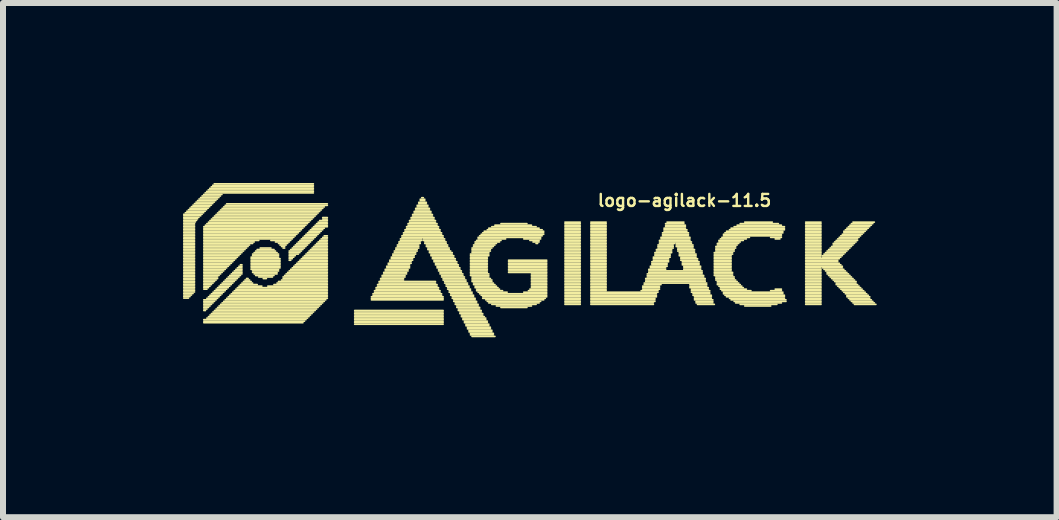
<source format=kicad_pcb>
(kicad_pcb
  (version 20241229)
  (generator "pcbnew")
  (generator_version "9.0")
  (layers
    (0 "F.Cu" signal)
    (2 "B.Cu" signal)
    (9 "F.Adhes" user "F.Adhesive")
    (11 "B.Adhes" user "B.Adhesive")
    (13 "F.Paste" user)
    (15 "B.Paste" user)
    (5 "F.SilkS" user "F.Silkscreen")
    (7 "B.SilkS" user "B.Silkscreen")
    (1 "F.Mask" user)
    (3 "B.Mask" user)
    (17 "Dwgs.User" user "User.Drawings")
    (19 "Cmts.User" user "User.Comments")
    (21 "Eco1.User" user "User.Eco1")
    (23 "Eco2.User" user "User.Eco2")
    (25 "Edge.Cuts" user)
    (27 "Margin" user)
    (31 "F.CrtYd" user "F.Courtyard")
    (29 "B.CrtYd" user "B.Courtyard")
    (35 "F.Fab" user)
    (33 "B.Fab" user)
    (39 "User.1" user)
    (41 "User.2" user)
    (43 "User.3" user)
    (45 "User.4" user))
  (footprint "logo-agilack-11.5"
    (layer "F.Cu")
    (at 6.226 1.369)
    (property "Reference" "logo-agilack-11.5" (at 2.134 -1.077 0) (layer "F.SilkS") (effects (font (size 0.2 0.2) (thickness 0.04))))
    (attr through_hole)
    (fp_line (start -6.212 -0.847) (end -5.907 -0.847) (stroke (width 0.028) (type solid)) (layer "F.SilkS"))
    (fp_line (start -6.212 -0.822) (end -5.93 -0.822) (stroke (width 0.028) (type solid)) (layer "F.SilkS"))
    (fp_line (start -6.212 -0.796) (end -5.96 -0.796) (stroke (width 0.028) (type solid)) (layer "F.SilkS"))
    (fp_line (start -6.212 -0.771) (end -5.983 -0.771) (stroke (width 0.028) (type solid)) (layer "F.SilkS"))
    (fp_line (start -6.212 -0.745) (end -6 -0.745) (stroke (width 0.028) (type solid)) (layer "F.SilkS"))
    (fp_line (start -6.212 -0.72) (end -6.02 -0.72) (stroke (width 0.028) (type solid)) (layer "F.SilkS"))
    (fp_line (start -6.212 -0.695) (end -6.034 -0.695) (stroke (width 0.028) (type solid)) (layer "F.SilkS"))
    (fp_line (start -6.212 -0.669) (end -6.034 -0.669) (stroke (width 0.028) (type solid)) (layer "F.SilkS"))
    (fp_line (start -6.212 -0.644) (end -6.034 -0.644) (stroke (width 0.028) (type solid)) (layer "F.SilkS"))
    (fp_line (start -6.212 -0.618) (end -6.034 -0.618) (stroke (width 0.028) (type solid)) (layer "F.SilkS"))
    (fp_line (start -6.212 -0.593) (end -6.034 -0.593) (stroke (width 0.028) (type solid)) (layer "F.SilkS"))
    (fp_line (start -6.212 -0.568) (end -6.034 -0.568) (stroke (width 0.028) (type solid)) (layer "F.SilkS"))
    (fp_line (start -6.212 -0.542) (end -6.034 -0.542) (stroke (width 0.028) (type solid)) (layer "F.SilkS"))
    (fp_line (start -6.212 -0.517) (end -6.034 -0.517) (stroke (width 0.028) (type solid)) (layer "F.SilkS"))
    (fp_line (start -6.212 -0.491) (end -6.034 -0.491) (stroke (width 0.028) (type solid)) (layer "F.SilkS"))
    (fp_line (start -6.212 -0.466) (end -6.034 -0.466) (stroke (width 0.028) (type solid)) (layer "F.SilkS"))
    (fp_line (start -6.212 -0.441) (end -6.034 -0.441) (stroke (width 0.028) (type solid)) (layer "F.SilkS"))
    (fp_line (start -6.212 -0.415) (end -6.034 -0.415) (stroke (width 0.028) (type solid)) (layer "F.SilkS"))
    (fp_line (start -6.212 -0.39) (end -6.034 -0.39) (stroke (width 0.028) (type solid)) (layer "F.SilkS"))
    (fp_line (start -6.212 -0.364) (end -6.034 -0.364) (stroke (width 0.028) (type solid)) (layer "F.SilkS"))
    (fp_line (start -6.212 -0.339) (end -6.034 -0.339) (stroke (width 0.028) (type solid)) (layer "F.SilkS"))
    (fp_line (start -6.212 -0.314) (end -6.034 -0.314) (stroke (width 0.028) (type solid)) (layer "F.SilkS"))
    (fp_line (start -6.212 -0.288) (end -6.034 -0.288) (stroke (width 0.028) (type solid)) (layer "F.SilkS"))
    (fp_line (start -6.212 -0.263) (end -6.034 -0.263) (stroke (width 0.028) (type solid)) (layer "F.SilkS"))
    (fp_line (start -6.212 -0.237) (end -6.034 -0.237) (stroke (width 0.028) (type solid)) (layer "F.SilkS"))
    (fp_line (start -6.212 -0.212) (end -6.034 -0.212) (stroke (width 0.028) (type solid)) (layer "F.SilkS"))
    (fp_line (start -6.212 -0.187) (end -6.034 -0.187) (stroke (width 0.028) (type solid)) (layer "F.SilkS"))
    (fp_line (start -6.212 -0.161) (end -6.034 -0.161) (stroke (width 0.028) (type solid)) (layer "F.SilkS"))
    (fp_line (start -6.212 -0.136) (end -6.034 -0.136) (stroke (width 0.028) (type solid)) (layer "F.SilkS"))
    (fp_line (start -6.212 -0.11) (end -6.034 -0.11) (stroke (width 0.028) (type solid)) (layer "F.SilkS"))
    (fp_line (start -6.212 -0.085) (end -6.034 -0.085) (stroke (width 0.028) (type solid)) (layer "F.SilkS"))
    (fp_line (start -6.212 -0.06) (end -6.034 -0.06) (stroke (width 0.028) (type solid)) (layer "F.SilkS"))
    (fp_line (start -6.212 -0.034) (end -6.034 -0.034) (stroke (width 0.028) (type solid)) (layer "F.SilkS"))
    (fp_line (start -6.212 -0.009) (end -6.034 -0.009) (stroke (width 0.028) (type solid)) (layer "F.SilkS"))
    (fp_line (start -6.212 0.017) (end -6.034 0.017) (stroke (width 0.028) (type solid)) (layer "F.SilkS"))
    (fp_line (start -6.212 0.042) (end -6.034 0.042) (stroke (width 0.028) (type solid)) (layer "F.SilkS"))
    (fp_line (start -6.212 0.067) (end -6.034 0.067) (stroke (width 0.028) (type solid)) (layer "F.SilkS"))
    (fp_line (start -6.212 0.093) (end -6.034 0.093) (stroke (width 0.028) (type solid)) (layer "F.SilkS"))
    (fp_line (start -6.212 0.118) (end -6.034 0.118) (stroke (width 0.028) (type solid)) (layer "F.SilkS"))
    (fp_line (start -6.212 0.144) (end -6.034 0.144) (stroke (width 0.028) (type solid)) (layer "F.SilkS"))
    (fp_line (start -6.212 0.169) (end -6.034 0.169) (stroke (width 0.028) (type solid)) (layer "F.SilkS"))
    (fp_line (start -6.212 0.194) (end -6.034 0.194) (stroke (width 0.028) (type solid)) (layer "F.SilkS"))
    (fp_line (start -6.212 0.22) (end -6.034 0.22) (stroke (width 0.028) (type solid)) (layer "F.SilkS"))
    (fp_line (start -6.212 0.245) (end -6.034 0.245) (stroke (width 0.028) (type solid)) (layer "F.SilkS"))
    (fp_line (start -6.212 0.271) (end -6.034 0.271) (stroke (width 0.028) (type solid)) (layer "F.SilkS"))
    (fp_line (start -6.212 0.296) (end -6.034 0.296) (stroke (width 0.028) (type solid)) (layer "F.SilkS"))
    (fp_line (start -6.212 0.321) (end -6.034 0.321) (stroke (width 0.028) (type solid)) (layer "F.SilkS"))
    (fp_line (start -6.212 0.347) (end -6.034 0.347) (stroke (width 0.028) (type solid)) (layer "F.SilkS"))
    (fp_line (start -6.212 0.372) (end -6.034 0.372) (stroke (width 0.028) (type solid)) (layer "F.SilkS"))
    (fp_line (start -6.212 0.398) (end -6.034 0.398) (stroke (width 0.028) (type solid)) (layer "F.SilkS"))
    (fp_line (start -6.212 0.423) (end -6.034 0.423) (stroke (width 0.028) (type solid)) (layer "F.SilkS"))
    (fp_line (start -6.212 0.448) (end -6.034 0.448) (stroke (width 0.028) (type solid)) (layer "F.SilkS"))
    (fp_line (start -6.212 0.474) (end -6.059 0.474) (stroke (width 0.028) (type solid)) (layer "F.SilkS"))
    (fp_line (start -6.212 0.499) (end -6.085 0.499) (stroke (width 0.028) (type solid)) (layer "F.SilkS"))
    (fp_line (start -6.212 0.525) (end -6.11 0.525) (stroke (width 0.028) (type solid)) (layer "F.SilkS"))
    (fp_line (start -6.212 0.55) (end -6.135 0.55) (stroke (width 0.028) (type solid)) (layer "F.SilkS"))
    (fp_line (start -6.186 -0.872) (end -5.881 -0.872) (stroke (width 0.028) (type solid)) (layer "F.SilkS"))
    (fp_line (start -6.161 -0.898) (end -5.856 -0.898) (stroke (width 0.028) (type solid)) (layer "F.SilkS"))
    (fp_line (start -6.135 -0.923) (end -5.831 -0.923) (stroke (width 0.028) (type solid)) (layer "F.SilkS"))
    (fp_line (start -6.11 -0.949) (end -5.805 -0.949) (stroke (width 0.028) (type solid)) (layer "F.SilkS"))
    (fp_line (start -6.085 -0.974) (end -5.78 -0.974) (stroke (width 0.028) (type solid)) (layer "F.SilkS"))
    (fp_line (start -6.059 -0.999) (end -5.754 -0.999) (stroke (width 0.028) (type solid)) (layer "F.SilkS"))
    (fp_line (start -6.034 -1.025) (end -5.729 -1.025) (stroke (width 0.028) (type solid)) (layer "F.SilkS"))
    (fp_line (start -6.008 -1.05) (end -5.704 -1.05) (stroke (width 0.028) (type solid)) (layer "F.SilkS"))
    (fp_line (start -5.983 -1.076) (end -5.678 -1.076) (stroke (width 0.028) (type solid)) (layer "F.SilkS"))
    (fp_line (start -5.958 -1.101) (end -5.653 -1.101) (stroke (width 0.028) (type solid)) (layer "F.SilkS"))
    (fp_line (start -5.932 -1.126) (end -5.627 -1.126) (stroke (width 0.028) (type solid)) (layer "F.SilkS"))
    (fp_line (start -5.907 -1.152) (end -5.602 -1.152) (stroke (width 0.028) (type solid)) (layer "F.SilkS"))
    (fp_line (start -5.881 -1.177) (end -5.577 -1.177) (stroke (width 0.028) (type solid)) (layer "F.SilkS"))
    (fp_line (start -5.878 -0.64) (end -4.201 -0.64) (stroke (width 0.028) (type solid)) (layer "F.SilkS"))
    (fp_line (start -5.878 -0.615) (end -4.227 -0.615) (stroke (width 0.028) (type solid)) (layer "F.SilkS"))
    (fp_line (start -5.878 -0.589) (end -4.252 -0.589) (stroke (width 0.028) (type solid)) (layer "F.SilkS"))
    (fp_line (start -5.878 -0.564) (end -4.277 -0.564) (stroke (width 0.028) (type solid)) (layer "F.SilkS"))
    (fp_line (start -5.878 -0.538) (end -4.303 -0.538) (stroke (width 0.028) (type solid)) (layer "F.SilkS"))
    (fp_line (start -5.878 -0.513) (end -4.328 -0.513) (stroke (width 0.028) (type solid)) (layer "F.SilkS"))
    (fp_line (start -5.878 -0.488) (end -4.354 -0.488) (stroke (width 0.028) (type solid)) (layer "F.SilkS"))
    (fp_line (start -5.878 -0.462) (end -4.379 -0.462) (stroke (width 0.028) (type solid)) (layer "F.SilkS"))
    (fp_line (start -5.878 -0.437) (end -4.404 -0.437) (stroke (width 0.028) (type solid)) (layer "F.SilkS"))
    (fp_line (start -5.878 -0.411) (end -4.963 -0.411) (stroke (width 0.028) (type solid)) (layer "F.SilkS"))
    (fp_line (start -5.878 -0.386) (end -5.039 -0.386) (stroke (width 0.028) (type solid)) (layer "F.SilkS"))
    (fp_line (start -5.878 -0.361) (end -5.065 -0.361) (stroke (width 0.028) (type solid)) (layer "F.SilkS"))
    (fp_line (start -5.878 -0.335) (end -5.116 -0.335) (stroke (width 0.028) (type solid)) (layer "F.SilkS"))
    (fp_line (start -5.878 -0.31) (end -5.141 -0.31) (stroke (width 0.028) (type solid)) (layer "F.SilkS"))
    (fp_line (start -5.878 -0.284) (end -5.166 -0.284) (stroke (width 0.028) (type solid)) (layer "F.SilkS"))
    (fp_line (start -5.878 -0.259) (end -5.192 -0.259) (stroke (width 0.028) (type solid)) (layer "F.SilkS"))
    (fp_line (start -5.878 -0.234) (end -5.217 -0.234) (stroke (width 0.028) (type solid)) (layer "F.SilkS"))
    (fp_line (start -5.878 -0.208) (end -5.243 -0.208) (stroke (width 0.028) (type solid)) (layer "F.SilkS"))
    (fp_line (start -5.878 -0.183) (end -5.268 -0.183) (stroke (width 0.028) (type solid)) (layer "F.SilkS"))
    (fp_line (start -5.878 -0.157) (end -5.293 -0.157) (stroke (width 0.028) (type solid)) (layer "F.SilkS"))
    (fp_line (start -5.878 -0.132) (end -5.319 -0.132) (stroke (width 0.028) (type solid)) (layer "F.SilkS"))
    (fp_line (start -5.878 -0.107) (end -5.344 -0.107) (stroke (width 0.028) (type solid)) (layer "F.SilkS"))
    (fp_line (start -5.878 -0.081) (end -5.37 -0.081) (stroke (width 0.028) (type solid)) (layer "F.SilkS"))
    (fp_line (start -5.878 -0.056) (end -5.395 -0.056) (stroke (width 0.028) (type solid)) (layer "F.SilkS"))
    (fp_line (start -5.878 -0.03) (end -5.42 -0.03) (stroke (width 0.028) (type solid)) (layer "F.SilkS"))
    (fp_line (start -5.878 -0.005) (end -5.446 -0.005) (stroke (width 0.028) (type solid)) (layer "F.SilkS"))
    (fp_line (start -5.878 0.02) (end -5.471 0.02) (stroke (width 0.028) (type solid)) (layer "F.SilkS"))
    (fp_line (start -5.878 0.046) (end -5.497 0.046) (stroke (width 0.028) (type solid)) (layer "F.SilkS"))
    (fp_line (start -5.878 0.071) (end -5.522 0.071) (stroke (width 0.028) (type solid)) (layer "F.SilkS"))
    (fp_line (start -5.878 0.097) (end -5.547 0.097) (stroke (width 0.028) (type solid)) (layer "F.SilkS"))
    (fp_line (start -5.878 0.122) (end -5.573 0.122) (stroke (width 0.028) (type solid)) (layer "F.SilkS"))
    (fp_line (start -5.878 0.147) (end -5.598 0.147) (stroke (width 0.028) (type solid)) (layer "F.SilkS"))
    (fp_line (start -5.878 0.173) (end -5.624 0.173) (stroke (width 0.028) (type solid)) (layer "F.SilkS"))
    (fp_line (start -5.878 0.198) (end -5.649 0.198) (stroke (width 0.028) (type solid)) (layer "F.SilkS"))
    (fp_line (start -5.878 0.224) (end -5.649 0.224) (stroke (width 0.028) (type solid)) (layer "F.SilkS"))
    (fp_line (start -5.878 0.249) (end -5.674 0.249) (stroke (width 0.028) (type solid)) (layer "F.SilkS"))
    (fp_line (start -5.878 0.274) (end -5.7 0.274) (stroke (width 0.028) (type solid)) (layer "F.SilkS"))
    (fp_line (start -5.878 0.3) (end -5.725 0.3) (stroke (width 0.028) (type solid)) (layer "F.SilkS"))
    (fp_line (start -5.878 0.325) (end -5.751 0.325) (stroke (width 0.028) (type solid)) (layer "F.SilkS"))
    (fp_line (start -5.878 0.351) (end -5.776 0.351) (stroke (width 0.028) (type solid)) (layer "F.SilkS"))
    (fp_line (start -5.878 0.376) (end -5.801 0.376) (stroke (width 0.028) (type solid)) (layer "F.SilkS"))
    (fp_line (start -5.878 0.401) (end -5.827 0.401) (stroke (width 0.028) (type solid)) (layer "F.SilkS"))
    (fp_line (start -5.878 0.579) (end -5.674 0.579) (stroke (width 0.028) (type solid)) (layer "F.SilkS"))
    (fp_line (start -5.878 0.605) (end -5.7 0.605) (stroke (width 0.028) (type solid)) (layer "F.SilkS"))
    (fp_line (start -5.878 0.63) (end -5.725 0.63) (stroke (width 0.028) (type solid)) (layer "F.SilkS"))
    (fp_line (start -5.878 0.655) (end -5.751 0.655) (stroke (width 0.028) (type solid)) (layer "F.SilkS"))
    (fp_line (start -5.878 0.681) (end -5.776 0.681) (stroke (width 0.028) (type solid)) (layer "F.SilkS"))
    (fp_line (start -5.878 0.706) (end -5.801 0.706) (stroke (width 0.028) (type solid)) (layer "F.SilkS"))
    (fp_line (start -5.878 0.732) (end -5.827 0.732) (stroke (width 0.028) (type solid)) (layer "F.SilkS"))
    (fp_line (start -5.878 0.757) (end -5.852 0.757) (stroke (width 0.028) (type solid)) (layer "F.SilkS"))
    (fp_line (start -5.878 0.909) (end -4.176 0.909) (stroke (width 0.028) (type solid)) (layer "F.SilkS"))
    (fp_line (start -5.878 0.935) (end -4.201 0.935) (stroke (width 0.028) (type solid)) (layer "F.SilkS"))
    (fp_line (start -5.878 0.96) (end -4.227 0.96) (stroke (width 0.028) (type solid)) (layer "F.SilkS"))
    (fp_line (start -5.856 -1.203) (end -4.053 -1.203) (stroke (width 0.028) (type solid)) (layer "F.SilkS"))
    (fp_line (start -5.852 -0.665) (end -4.176 -0.665) (stroke (width 0.028) (type solid)) (layer "F.SilkS"))
    (fp_line (start -5.831 -1.228) (end -4.053 -1.228) (stroke (width 0.028) (type solid)) (layer "F.SilkS"))
    (fp_line (start -5.827 -0.691) (end -4.15 -0.691) (stroke (width 0.028) (type solid)) (layer "F.SilkS"))
    (fp_line (start -5.827 0.554) (end -5.649 0.554) (stroke (width 0.028) (type solid)) (layer "F.SilkS"))
    (fp_line (start -5.827 0.884) (end -4.15 0.884) (stroke (width 0.028) (type solid)) (layer "F.SilkS"))
    (fp_line (start -5.805 -1.253) (end -4.053 -1.253) (stroke (width 0.028) (type solid)) (layer "F.SilkS"))
    (fp_line (start -5.801 -0.716) (end -4.125 -0.716) (stroke (width 0.028) (type solid)) (layer "F.SilkS"))
    (fp_line (start -5.801 0.528) (end -5.624 0.528) (stroke (width 0.028) (type solid)) (layer "F.SilkS"))
    (fp_line (start -5.801 0.859) (end -4.125 0.859) (stroke (width 0.028) (type solid)) (layer "F.SilkS"))
    (fp_line (start -5.78 -1.279) (end -4.053 -1.279) (stroke (width 0.028) (type solid)) (layer "F.SilkS"))
    (fp_line (start -5.776 -0.742) (end -4.1 -0.742) (stroke (width 0.028) (type solid)) (layer "F.SilkS"))
    (fp_line (start -5.776 0.503) (end -5.598 0.503) (stroke (width 0.028) (type solid)) (layer "F.SilkS"))
    (fp_line (start -5.776 0.833) (end -4.1 0.833) (stroke (width 0.028) (type solid)) (layer "F.SilkS"))
    (fp_line (start -5.754 -1.304) (end -4.053 -1.304) (stroke (width 0.028) (type solid)) (layer "F.SilkS"))
    (fp_line (start -5.751 -0.767) (end -4.074 -0.767) (stroke (width 0.028) (type solid)) (layer "F.SilkS"))
    (fp_line (start -5.751 0.478) (end -5.573 0.478) (stroke (width 0.028) (type solid)) (layer "F.SilkS"))
    (fp_line (start -5.751 0.808) (end -4.074 0.808) (stroke (width 0.028) (type solid)) (layer "F.SilkS"))
    (fp_line (start -5.729 -1.33) (end -4.053 -1.33) (stroke (width 0.028) (type solid)) (layer "F.SilkS"))
    (fp_line (start -5.725 -0.792) (end -4.049 -0.792) (stroke (width 0.028) (type solid)) (layer "F.SilkS"))
    (fp_line (start -5.725 0.452) (end -5.547 0.452) (stroke (width 0.028) (type solid)) (layer "F.SilkS"))
    (fp_line (start -5.725 0.782) (end -4.049 0.782) (stroke (width 0.028) (type solid)) (layer "F.SilkS"))
    (fp_line (start -5.704 -1.355) (end -4.053 -1.355) (stroke (width 0.028) (type solid)) (layer "F.SilkS"))
    (fp_line (start -5.7 -0.818) (end -4.023 -0.818) (stroke (width 0.028) (type solid)) (layer "F.SilkS"))
    (fp_line (start -5.7 0.427) (end -5.522 0.427) (stroke (width 0.028) (type solid)) (layer "F.SilkS"))
    (fp_line (start -5.7 0.757) (end -4.023 0.757) (stroke (width 0.028) (type solid)) (layer "F.SilkS"))
    (fp_line (start -5.674 -0.843) (end -3.998 -0.843) (stroke (width 0.028) (type solid)) (layer "F.SilkS"))
    (fp_line (start -5.674 0.401) (end -5.497 0.401) (stroke (width 0.028) (type solid)) (layer "F.SilkS"))
    (fp_line (start -5.674 0.732) (end -3.998 0.732) (stroke (width 0.028) (type solid)) (layer "F.SilkS"))
    (fp_line (start -5.649 -0.869) (end -3.973 -0.869) (stroke (width 0.028) (type solid)) (layer "F.SilkS"))
    (fp_line (start -5.649 0.376) (end -5.471 0.376) (stroke (width 0.028) (type solid)) (layer "F.SilkS"))
    (fp_line (start -5.649 0.706) (end -3.973 0.706) (stroke (width 0.028) (type solid)) (layer "F.SilkS"))
    (fp_line (start -5.624 -0.894) (end -3.947 -0.894) (stroke (width 0.028) (type solid)) (layer "F.SilkS"))
    (fp_line (start -5.624 0.351) (end -5.446 0.351) (stroke (width 0.028) (type solid)) (layer "F.SilkS"))
    (fp_line (start -5.624 0.681) (end -3.947 0.681) (stroke (width 0.028) (type solid)) (layer "F.SilkS"))
    (fp_line (start -5.598 -0.919) (end -3.922 -0.919) (stroke (width 0.028) (type solid)) (layer "F.SilkS"))
    (fp_line (start -5.598 0.325) (end -5.42 0.325) (stroke (width 0.028) (type solid)) (layer "F.SilkS"))
    (fp_line (start -5.598 0.655) (end -3.922 0.655) (stroke (width 0.028) (type solid)) (layer "F.SilkS"))
    (fp_line (start -5.573 -0.945) (end -3.896 -0.945) (stroke (width 0.028) (type solid)) (layer "F.SilkS"))
    (fp_line (start -5.573 0.3) (end -5.395 0.3) (stroke (width 0.028) (type solid)) (layer "F.SilkS"))
    (fp_line (start -5.573 0.63) (end -3.896 0.63) (stroke (width 0.028) (type solid)) (layer "F.SilkS"))
    (fp_line (start -5.547 -0.97) (end -3.871 -0.97) (stroke (width 0.028) (type solid)) (layer "F.SilkS"))
    (fp_line (start -5.547 0.274) (end -5.37 0.274) (stroke (width 0.028) (type solid)) (layer "F.SilkS"))
    (fp_line (start -5.547 0.605) (end -3.871 0.605) (stroke (width 0.028) (type solid)) (layer "F.SilkS"))
    (fp_line (start -5.522 -0.996) (end -3.82 -0.996) (stroke (width 0.028) (type solid)) (layer "F.SilkS"))
    (fp_line (start -5.522 0.249) (end -5.344 0.249) (stroke (width 0.028) (type solid)) (layer "F.SilkS"))
    (fp_line (start -5.522 0.579) (end -3.846 0.579) (stroke (width 0.028) (type solid)) (layer "F.SilkS"))
    (fp_line (start -5.497 -1.021) (end -3.82 -1.021) (stroke (width 0.028) (type solid)) (layer "F.SilkS"))
    (fp_line (start -5.497 0.224) (end -5.319 0.224) (stroke (width 0.028) (type solid)) (layer "F.SilkS"))
    (fp_line (start -5.497 0.554) (end -3.82 0.554) (stroke (width 0.028) (type solid)) (layer "F.SilkS"))
    (fp_line (start -5.471 0.198) (end -5.293 0.198) (stroke (width 0.028) (type solid)) (layer "F.SilkS"))
    (fp_line (start -5.471 0.528) (end -3.82 0.528) (stroke (width 0.028) (type solid)) (layer "F.SilkS"))
    (fp_line (start -5.446 0.173) (end -5.268 0.173) (stroke (width 0.028) (type solid)) (layer "F.SilkS"))
    (fp_line (start -5.446 0.503) (end -3.82 0.503) (stroke (width 0.028) (type solid)) (layer "F.SilkS"))
    (fp_line (start -5.42 0.147) (end -5.243 0.147) (stroke (width 0.028) (type solid)) (layer "F.SilkS"))
    (fp_line (start -5.42 0.478) (end -3.82 0.478) (stroke (width 0.028) (type solid)) (layer "F.SilkS"))
    (fp_line (start -5.395 0.122) (end -5.243 0.122) (stroke (width 0.028) (type solid)) (layer "F.SilkS"))
    (fp_line (start -5.395 0.452) (end -3.82 0.452) (stroke (width 0.028) (type solid)) (layer "F.SilkS"))
    (fp_line (start -5.37 0.097) (end -5.243 0.097) (stroke (width 0.028) (type solid)) (layer "F.SilkS"))
    (fp_line (start -5.37 0.427) (end -3.82 0.427) (stroke (width 0.028) (type solid)) (layer "F.SilkS"))
    (fp_line (start -5.344 0.071) (end -5.243 0.071) (stroke (width 0.028) (type solid)) (layer "F.SilkS"))
    (fp_line (start -5.344 0.401) (end -3.82 0.401) (stroke (width 0.028) (type solid)) (layer "F.SilkS"))
    (fp_line (start -5.319 0.046) (end -5.243 0.046) (stroke (width 0.028) (type solid)) (layer "F.SilkS"))
    (fp_line (start -5.319 0.376) (end -3.82 0.376) (stroke (width 0.028) (type solid)) (layer "F.SilkS"))
    (fp_line (start -5.293 0.02) (end -5.243 0.02) (stroke (width 0.028) (type solid)) (layer "F.SilkS"))
    (fp_line (start -5.293 0.351) (end -4.912 0.351) (stroke (width 0.028) (type solid)) (layer "F.SilkS"))
    (fp_line (start -5.268 -0.005) (end -5.243 -0.005) (stroke (width 0.028) (type solid)) (layer "F.SilkS"))
    (fp_line (start -5.268 0.325) (end -4.989 0.325) (stroke (width 0.028) (type solid)) (layer "F.SilkS"))
    (fp_line (start -5.243 0.3) (end -5.065 0.3) (stroke (width 0.028) (type solid)) (layer "F.SilkS"))
    (fp_line (start -5.217 0.274) (end -5.09 0.274) (stroke (width 0.028) (type solid)) (layer "F.SilkS"))
    (fp_line (start -5.192 0.249) (end -5.116 0.249) (stroke (width 0.028) (type solid)) (layer "F.SilkS"))
    (fp_line (start -5.166 0.224) (end -5.141 0.224) (stroke (width 0.028) (type solid)) (layer "F.SilkS"))
    (fp_line (start -5.09 -0.132) (end -4.633 -0.132) (stroke (width 0.028) (type solid)) (layer "F.SilkS"))
    (fp_line (start -5.09 -0.107) (end -4.608 -0.107) (stroke (width 0.028) (type solid)) (layer "F.SilkS"))
    (fp_line (start -5.09 -0.081) (end -4.608 -0.081) (stroke (width 0.028) (type solid)) (layer "F.SilkS"))
    (fp_line (start -5.09 -0.056) (end -4.608 -0.056) (stroke (width 0.028) (type solid)) (layer "F.SilkS"))
    (fp_line (start -5.09 -0.03) (end -4.608 -0.03) (stroke (width 0.028) (type solid)) (layer "F.SilkS"))
    (fp_line (start -5.09 -0.005) (end -4.608 -0.005) (stroke (width 0.028) (type solid)) (layer "F.SilkS"))
    (fp_line (start -5.09 0.02) (end -4.608 0.02) (stroke (width 0.028) (type solid)) (layer "F.SilkS"))
    (fp_line (start -5.09 0.046) (end -4.608 0.046) (stroke (width 0.028) (type solid)) (layer "F.SilkS"))
    (fp_line (start -5.09 0.071) (end -4.633 0.071) (stroke (width 0.028) (type solid)) (layer "F.SilkS"))
    (fp_line (start -5.065 -0.183) (end -4.633 -0.183) (stroke (width 0.028) (type solid)) (layer "F.SilkS"))
    (fp_line (start -5.065 -0.157) (end -4.633 -0.157) (stroke (width 0.028) (type solid)) (layer "F.SilkS"))
    (fp_line (start -5.065 0.097) (end -4.633 0.097) (stroke (width 0.028) (type solid)) (layer "F.SilkS"))
    (fp_line (start -5.065 0.122) (end -4.658 0.122) (stroke (width 0.028) (type solid)) (layer "F.SilkS"))
    (fp_line (start -5.039 -0.208) (end -4.658 -0.208) (stroke (width 0.028) (type solid)) (layer "F.SilkS"))
    (fp_line (start -5.039 0.147) (end -4.658 0.147) (stroke (width 0.028) (type solid)) (layer "F.SilkS"))
    (fp_line (start -5.014 -0.234) (end -4.684 -0.234) (stroke (width 0.028) (type solid)) (layer "F.SilkS"))
    (fp_line (start -5.014 0.173) (end -4.709 0.173) (stroke (width 0.028) (type solid)) (layer "F.SilkS"))
    (fp_line (start -4.989 -0.259) (end -4.709 -0.259) (stroke (width 0.028) (type solid)) (layer "F.SilkS"))
    (fp_line (start -4.963 0.198) (end -4.735 0.198) (stroke (width 0.028) (type solid)) (layer "F.SilkS"))
    (fp_line (start -4.938 -0.284) (end -4.76 -0.284) (stroke (width 0.028) (type solid)) (layer "F.SilkS"))
    (fp_line (start -4.887 0.224) (end -4.836 0.224) (stroke (width 0.028) (type solid)) (layer "F.SilkS"))
    (fp_line (start -4.811 0.351) (end -3.82 0.351) (stroke (width 0.028) (type solid)) (layer "F.SilkS"))
    (fp_line (start -4.76 -0.411) (end -4.43 -0.411) (stroke (width 0.028) (type solid)) (layer "F.SilkS"))
    (fp_line (start -4.709 0.325) (end -3.82 0.325) (stroke (width 0.028) (type solid)) (layer "F.SilkS"))
    (fp_line (start -4.684 -0.386) (end -4.455 -0.386) (stroke (width 0.028) (type solid)) (layer "F.SilkS"))
    (fp_line (start -4.658 0.3) (end -3.82 0.3) (stroke (width 0.028) (type solid)) (layer "F.SilkS"))
    (fp_line (start -4.633 -0.361) (end -4.481 -0.361) (stroke (width 0.028) (type solid)) (layer "F.SilkS"))
    (fp_line (start -4.633 0.274) (end -3.82 0.274) (stroke (width 0.028) (type solid)) (layer "F.SilkS"))
    (fp_line (start -4.608 -0.335) (end -4.506 -0.335) (stroke (width 0.028) (type solid)) (layer "F.SilkS"))
    (fp_line (start -4.582 -0.31) (end -4.531 -0.31) (stroke (width 0.028) (type solid)) (layer "F.SilkS"))
    (fp_line (start -4.582 0.249) (end -3.82 0.249) (stroke (width 0.028) (type solid)) (layer "F.SilkS"))
    (fp_line (start -4.557 -0.284) (end -4.531 -0.284) (stroke (width 0.028) (type solid)) (layer "F.SilkS"))
    (fp_line (start -4.557 0.198) (end -3.82 0.198) (stroke (width 0.028) (type solid)) (layer "F.SilkS"))
    (fp_line (start -4.557 0.224) (end -3.82 0.224) (stroke (width 0.028) (type solid)) (layer "F.SilkS"))
    (fp_line (start -4.531 0.173) (end -3.82 0.173) (stroke (width 0.028) (type solid)) (layer "F.SilkS"))
    (fp_line (start -4.506 0.147) (end -3.82 0.147) (stroke (width 0.028) (type solid)) (layer "F.SilkS"))
    (fp_line (start -4.481 0.122) (end -3.82 0.122) (stroke (width 0.028) (type solid)) (layer "F.SilkS"))
    (fp_line (start -4.455 -0.234) (end -4.252 -0.234) (stroke (width 0.028) (type solid)) (layer "F.SilkS"))
    (fp_line (start -4.455 -0.208) (end -4.277 -0.208) (stroke (width 0.028) (type solid)) (layer "F.SilkS"))
    (fp_line (start -4.455 -0.183) (end -4.303 -0.183) (stroke (width 0.028) (type solid)) (layer "F.SilkS"))
    (fp_line (start -4.455 -0.157) (end -4.354 -0.157) (stroke (width 0.028) (type solid)) (layer "F.SilkS"))
    (fp_line (start -4.455 -0.132) (end -4.379 -0.132) (stroke (width 0.028) (type solid)) (layer "F.SilkS"))
    (fp_line (start -4.455 -0.107) (end -4.404 -0.107) (stroke (width 0.028) (type solid)) (layer "F.SilkS"))
    (fp_line (start -4.455 -0.081) (end -4.43 -0.081) (stroke (width 0.028) (type solid)) (layer "F.SilkS"))
    (fp_line (start -4.455 0.097) (end -3.82 0.097) (stroke (width 0.028) (type solid)) (layer "F.SilkS"))
    (fp_line (start -4.43 -0.259) (end -4.227 -0.259) (stroke (width 0.028) (type solid)) (layer "F.SilkS"))
    (fp_line (start -4.43 0.071) (end -3.82 0.071) (stroke (width 0.028) (type solid)) (layer "F.SilkS"))
    (fp_line (start -4.404 -0.284) (end -4.201 -0.284) (stroke (width 0.028) (type solid)) (layer "F.SilkS"))
    (fp_line (start -4.404 0.046) (end -3.82 0.046) (stroke (width 0.028) (type solid)) (layer "F.SilkS"))
    (fp_line (start -4.379 -0.31) (end -4.176 -0.31) (stroke (width 0.028) (type solid)) (layer "F.SilkS"))
    (fp_line (start -4.379 0.02) (end -3.82 0.02) (stroke (width 0.028) (type solid)) (layer "F.SilkS"))
    (fp_line (start -4.354 -0.335) (end -4.15 -0.335) (stroke (width 0.028) (type solid)) (layer "F.SilkS"))
    (fp_line (start -4.354 -0.005) (end -3.82 -0.005) (stroke (width 0.028) (type solid)) (layer "F.SilkS"))
    (fp_line (start -4.328 -0.361) (end -4.125 -0.361) (stroke (width 0.028) (type solid)) (layer "F.SilkS"))
    (fp_line (start -4.328 -0.03) (end -3.82 -0.03) (stroke (width 0.028) (type solid)) (layer "F.SilkS"))
    (fp_line (start -4.303 -0.386) (end -4.1 -0.386) (stroke (width 0.028) (type solid)) (layer "F.SilkS"))
    (fp_line (start -4.303 -0.056) (end -3.82 -0.056) (stroke (width 0.028) (type solid)) (layer "F.SilkS"))
    (fp_line (start -4.277 -0.411) (end -4.074 -0.411) (stroke (width 0.028) (type solid)) (layer "F.SilkS"))
    (fp_line (start -4.277 -0.081) (end -3.82 -0.081) (stroke (width 0.028) (type solid)) (layer "F.SilkS"))
    (fp_line (start -4.252 -0.437) (end -4.049 -0.437) (stroke (width 0.028) (type solid)) (layer "F.SilkS"))
    (fp_line (start -4.252 -0.107) (end -3.82 -0.107) (stroke (width 0.028) (type solid)) (layer "F.SilkS"))
    (fp_line (start -4.227 -0.462) (end -4.023 -0.462) (stroke (width 0.028) (type solid)) (layer "F.SilkS"))
    (fp_line (start -4.227 -0.132) (end -3.82 -0.132) (stroke (width 0.028) (type solid)) (layer "F.SilkS"))
    (fp_line (start -4.201 -0.488) (end -3.998 -0.488) (stroke (width 0.028) (type solid)) (layer "F.SilkS"))
    (fp_line (start -4.201 -0.157) (end -3.82 -0.157) (stroke (width 0.028) (type solid)) (layer "F.SilkS"))
    (fp_line (start -4.176 -0.513) (end -3.973 -0.513) (stroke (width 0.028) (type solid)) (layer "F.SilkS"))
    (fp_line (start -4.176 -0.183) (end -3.82 -0.183) (stroke (width 0.028) (type solid)) (layer "F.SilkS"))
    (fp_line (start -4.15 -0.538) (end -3.947 -0.538) (stroke (width 0.028) (type solid)) (layer "F.SilkS"))
    (fp_line (start -4.15 -0.208) (end -3.82 -0.208) (stroke (width 0.028) (type solid)) (layer "F.SilkS"))
    (fp_line (start -4.125 -0.564) (end -3.922 -0.564) (stroke (width 0.028) (type solid)) (layer "F.SilkS"))
    (fp_line (start -4.125 -0.234) (end -3.82 -0.234) (stroke (width 0.028) (type solid)) (layer "F.SilkS"))
    (fp_line (start -4.1 -0.589) (end -3.896 -0.589) (stroke (width 0.028) (type solid)) (layer "F.SilkS"))
    (fp_line (start -4.1 -0.259) (end -3.82 -0.259) (stroke (width 0.028) (type solid)) (layer "F.SilkS"))
    (fp_line (start -4.074 -0.615) (end -3.871 -0.615) (stroke (width 0.028) (type solid)) (layer "F.SilkS"))
    (fp_line (start -4.074 -0.284) (end -3.82 -0.284) (stroke (width 0.028) (type solid)) (layer "F.SilkS"))
    (fp_line (start -4.049 -0.64) (end -3.82 -0.64) (stroke (width 0.028) (type solid)) (layer "F.SilkS"))
    (fp_line (start -4.049 -0.31) (end -3.82 -0.31) (stroke (width 0.028) (type solid)) (layer "F.SilkS"))
    (fp_line (start -4.023 -0.665) (end -3.82 -0.665) (stroke (width 0.028) (type solid)) (layer "F.SilkS"))
    (fp_line (start -4.023 -0.335) (end -3.82 -0.335) (stroke (width 0.028) (type solid)) (layer "F.SilkS"))
    (fp_line (start -3.998 -0.691) (end -3.82 -0.691) (stroke (width 0.028) (type solid)) (layer "F.SilkS"))
    (fp_line (start -3.998 -0.361) (end -3.82 -0.361) (stroke (width 0.028) (type solid)) (layer "F.SilkS"))
    (fp_line (start -3.973 -0.716) (end -3.82 -0.716) (stroke (width 0.028) (type solid)) (layer "F.SilkS"))
    (fp_line (start -3.973 -0.386) (end -3.82 -0.386) (stroke (width 0.028) (type solid)) (layer "F.SilkS"))
    (fp_line (start -3.947 -0.742) (end -3.82 -0.742) (stroke (width 0.028) (type solid)) (layer "F.SilkS"))
    (fp_line (start -3.947 -0.411) (end -3.82 -0.411) (stroke (width 0.028) (type solid)) (layer "F.SilkS"))
    (fp_line (start -3.922 -0.437) (end -3.82 -0.437) (stroke (width 0.028) (type solid)) (layer "F.SilkS"))
    (fp_line (start -3.896 -0.792) (end -3.82 -0.792) (stroke (width 0.028) (type solid)) (layer "F.SilkS"))
    (fp_line (start -3.896 -0.767) (end -3.82 -0.767) (stroke (width 0.028) (type solid)) (layer "F.SilkS"))
    (fp_line (start -3.896 -0.462) (end -3.82 -0.462) (stroke (width 0.028) (type solid)) (layer "F.SilkS"))
    (fp_line (start -3.871 -0.488) (end -3.82 -0.488) (stroke (width 0.028) (type solid)) (layer "F.SilkS"))
    (fp_line (start -3.363 0.757) (end -1.89 0.757) (stroke (width 0.028) (type solid)) (layer "F.SilkS"))
    (fp_line (start -3.363 0.782) (end -1.89 0.782) (stroke (width 0.028) (type solid)) (layer "F.SilkS"))
    (fp_line (start -3.363 0.808) (end -1.89 0.808) (stroke (width 0.028) (type solid)) (layer "F.SilkS"))
    (fp_line (start -3.363 0.833) (end -1.89 0.833) (stroke (width 0.028) (type solid)) (layer "F.SilkS"))
    (fp_line (start -3.363 0.859) (end -1.89 0.859) (stroke (width 0.028) (type solid)) (layer "F.SilkS"))
    (fp_line (start -3.363 0.884) (end -1.89 0.884) (stroke (width 0.028) (type solid)) (layer "F.SilkS"))
    (fp_line (start -3.363 0.909) (end -1.89 0.909) (stroke (width 0.028) (type solid)) (layer "F.SilkS"))
    (fp_line (start -3.363 0.935) (end -1.89 0.935) (stroke (width 0.028) (type solid)) (layer "F.SilkS"))
    (fp_line (start -3.363 0.96) (end -1.89 0.96) (stroke (width 0.028) (type solid)) (layer "F.SilkS"))
    (fp_line (start -3.363 0.986) (end -1.89 0.986) (stroke (width 0.028) (type solid)) (layer "F.SilkS"))
    (fp_line (start -3.084 0.528) (end -1.89 0.528) (stroke (width 0.028) (type solid)) (layer "F.SilkS"))
    (fp_line (start -3.084 0.554) (end -1.89 0.554) (stroke (width 0.028) (type solid)) (layer "F.SilkS"))
    (fp_line (start -3.084 0.579) (end -1.89 0.579) (stroke (width 0.028) (type solid)) (layer "F.SilkS"))
    (fp_line (start -3.058 0.478) (end -1.915 0.478) (stroke (width 0.028) (type solid)) (layer "F.SilkS"))
    (fp_line (start -3.058 0.503) (end -1.915 0.503) (stroke (width 0.028) (type solid)) (layer "F.SilkS"))
    (fp_line (start -3.033 0.427) (end -1.941 0.427) (stroke (width 0.028) (type solid)) (layer "F.SilkS"))
    (fp_line (start -3.033 0.452) (end -1.941 0.452) (stroke (width 0.028) (type solid)) (layer "F.SilkS"))
    (fp_line (start -3.007 0.376) (end -1.966 0.376) (stroke (width 0.028) (type solid)) (layer "F.SilkS"))
    (fp_line (start -3.007 0.401) (end -1.966 0.401) (stroke (width 0.028) (type solid)) (layer "F.SilkS"))
    (fp_line (start -2.982 0.325) (end -1.991 0.325) (stroke (width 0.028) (type solid)) (layer "F.SilkS"))
    (fp_line (start -2.982 0.351) (end -1.991 0.351) (stroke (width 0.028) (type solid)) (layer "F.SilkS"))
    (fp_line (start -2.957 0.274) (end -2.017 0.274) (stroke (width 0.028) (type solid)) (layer "F.SilkS"))
    (fp_line (start -2.957 0.3) (end -2.017 0.3) (stroke (width 0.028) (type solid)) (layer "F.SilkS"))
    (fp_line (start -2.931 0.224) (end -2.55 0.224) (stroke (width 0.028) (type solid)) (layer "F.SilkS"))
    (fp_line (start -2.931 0.249) (end -2.55 0.249) (stroke (width 0.028) (type solid)) (layer "F.SilkS"))
    (fp_line (start -2.906 0.173) (end -2.525 0.173) (stroke (width 0.028) (type solid)) (layer "F.SilkS"))
    (fp_line (start -2.906 0.198) (end -2.525 0.198) (stroke (width 0.028) (type solid)) (layer "F.SilkS"))
    (fp_line (start -2.88 0.122) (end -2.499 0.122) (stroke (width 0.028) (type solid)) (layer "F.SilkS"))
    (fp_line (start -2.88 0.147) (end -2.499 0.147) (stroke (width 0.028) (type solid)) (layer "F.SilkS"))
    (fp_line (start -2.855 0.071) (end -2.474 0.071) (stroke (width 0.028) (type solid)) (layer "F.SilkS"))
    (fp_line (start -2.855 0.097) (end -2.474 0.097) (stroke (width 0.028) (type solid)) (layer "F.SilkS"))
    (fp_line (start -2.83 0.02) (end -2.449 0.02) (stroke (width 0.028) (type solid)) (layer "F.SilkS"))
    (fp_line (start -2.83 0.046) (end -2.449 0.046) (stroke (width 0.028) (type solid)) (layer "F.SilkS"))
    (fp_line (start -2.804 -0.03) (end -2.423 -0.03) (stroke (width 0.028) (type solid)) (layer "F.SilkS"))
    (fp_line (start -2.804 -0.005) (end -2.449 -0.005) (stroke (width 0.028) (type solid)) (layer "F.SilkS"))
    (fp_line (start -2.779 -0.081) (end -2.398 -0.081) (stroke (width 0.028) (type solid)) (layer "F.SilkS"))
    (fp_line (start -2.779 -0.056) (end -2.423 -0.056) (stroke (width 0.028) (type solid)) (layer "F.SilkS"))
    (fp_line (start -2.753 -0.132) (end -2.372 -0.132) (stroke (width 0.028) (type solid)) (layer "F.SilkS"))
    (fp_line (start -2.753 -0.107) (end -2.398 -0.107) (stroke (width 0.028) (type solid)) (layer "F.SilkS"))
    (fp_line (start -2.728 -0.183) (end -2.347 -0.183) (stroke (width 0.028) (type solid)) (layer "F.SilkS"))
    (fp_line (start -2.728 -0.157) (end -2.372 -0.157) (stroke (width 0.028) (type solid)) (layer "F.SilkS"))
    (fp_line (start -2.703 -0.234) (end -2.322 -0.234) (stroke (width 0.028) (type solid)) (layer "F.SilkS"))
    (fp_line (start -2.703 -0.208) (end -2.347 -0.208) (stroke (width 0.028) (type solid)) (layer "F.SilkS"))
    (fp_line (start -2.677 -0.284) (end -2.296 -0.284) (stroke (width 0.028) (type solid)) (layer "F.SilkS"))
    (fp_line (start -2.677 -0.259) (end -2.322 -0.259) (stroke (width 0.028) (type solid)) (layer "F.SilkS"))
    (fp_line (start -2.652 -0.335) (end -2.296 -0.335) (stroke (width 0.028) (type solid)) (layer "F.SilkS"))
    (fp_line (start -2.652 -0.31) (end -2.296 -0.31) (stroke (width 0.028) (type solid)) (layer "F.SilkS"))
    (fp_line (start -2.626 -0.386) (end -2.271 -0.386) (stroke (width 0.028) (type solid)) (layer "F.SilkS"))
    (fp_line (start -2.626 -0.361) (end -2.271 -0.361) (stroke (width 0.028) (type solid)) (layer "F.SilkS"))
    (fp_line (start -2.601 -0.437) (end -2.245 -0.437) (stroke (width 0.028) (type solid)) (layer "F.SilkS"))
    (fp_line (start -2.601 -0.411) (end -2.245 -0.411) (stroke (width 0.028) (type solid)) (layer "F.SilkS"))
    (fp_line (start -2.576 -0.488) (end -1.89 -0.488) (stroke (width 0.028) (type solid)) (layer "F.SilkS"))
    (fp_line (start -2.576 -0.462) (end -1.89 -0.462) (stroke (width 0.028) (type solid)) (layer "F.SilkS"))
    (fp_line (start -2.55 -0.538) (end -1.915 -0.538) (stroke (width 0.028) (type solid)) (layer "F.SilkS"))
    (fp_line (start -2.55 -0.513) (end -1.915 -0.513) (stroke (width 0.028) (type solid)) (layer "F.SilkS"))
    (fp_line (start -2.525 -0.589) (end -1.941 -0.589) (stroke (width 0.028) (type solid)) (layer "F.SilkS"))
    (fp_line (start -2.525 -0.564) (end -1.941 -0.564) (stroke (width 0.028) (type solid)) (layer "F.SilkS"))
    (fp_line (start -2.499 -0.64) (end -1.966 -0.64) (stroke (width 0.028) (type solid)) (layer "F.SilkS"))
    (fp_line (start -2.499 -0.615) (end -1.966 -0.615) (stroke (width 0.028) (type solid)) (layer "F.SilkS"))
    (fp_line (start -2.474 -0.691) (end -1.991 -0.691) (stroke (width 0.028) (type solid)) (layer "F.SilkS"))
    (fp_line (start -2.474 -0.665) (end -1.991 -0.665) (stroke (width 0.028) (type solid)) (layer "F.SilkS"))
    (fp_line (start -2.449 -0.742) (end -2.017 -0.742) (stroke (width 0.028) (type solid)) (layer "F.SilkS"))
    (fp_line (start -2.449 -0.716) (end -2.017 -0.716) (stroke (width 0.028) (type solid)) (layer "F.SilkS"))
    (fp_line (start -2.423 -0.792) (end -2.042 -0.792) (stroke (width 0.028) (type solid)) (layer "F.SilkS"))
    (fp_line (start -2.423 -0.767) (end -2.042 -0.767) (stroke (width 0.028) (type solid)) (layer "F.SilkS"))
    (fp_line (start -2.398 -0.843) (end -2.068 -0.843) (stroke (width 0.028) (type solid)) (layer "F.SilkS"))
    (fp_line (start -2.398 -0.818) (end -2.068 -0.818) (stroke (width 0.028) (type solid)) (layer "F.SilkS"))
    (fp_line (start -2.372 -0.894) (end -2.093 -0.894) (stroke (width 0.028) (type solid)) (layer "F.SilkS"))
    (fp_line (start -2.372 -0.869) (end -2.093 -0.869) (stroke (width 0.028) (type solid)) (layer "F.SilkS"))
    (fp_line (start -2.347 -0.945) (end -2.118 -0.945) (stroke (width 0.028) (type solid)) (layer "F.SilkS"))
    (fp_line (start -2.347 -0.919) (end -2.118 -0.919) (stroke (width 0.028) (type solid)) (layer "F.SilkS"))
    (fp_line (start -2.322 -0.996) (end -2.144 -0.996) (stroke (width 0.028) (type solid)) (layer "F.SilkS"))
    (fp_line (start -2.322 -0.97) (end -2.144 -0.97) (stroke (width 0.028) (type solid)) (layer "F.SilkS"))
    (fp_line (start -2.296 -1.046) (end -2.169 -1.046) (stroke (width 0.028) (type solid)) (layer "F.SilkS"))
    (fp_line (start -2.296 -1.021) (end -2.169 -1.021) (stroke (width 0.028) (type solid)) (layer "F.SilkS"))
    (fp_line (start -2.271 -1.097) (end -2.195 -1.097) (stroke (width 0.028) (type solid)) (layer "F.SilkS"))
    (fp_line (start -2.271 -1.072) (end -2.195 -1.072) (stroke (width 0.028) (type solid)) (layer "F.SilkS"))
    (fp_line (start -2.245 -1.123) (end -2.22 -1.123) (stroke (width 0.028) (type solid)) (layer "F.SilkS"))
    (fp_line (start -2.22 -0.437) (end -1.864 -0.437) (stroke (width 0.028) (type solid)) (layer "F.SilkS"))
    (fp_line (start -2.22 -0.411) (end -1.864 -0.411) (stroke (width 0.028) (type solid)) (layer "F.SilkS"))
    (fp_line (start -2.195 -0.386) (end -1.839 -0.386) (stroke (width 0.028) (type solid)) (layer "F.SilkS"))
    (fp_line (start -2.195 -0.361) (end -1.839 -0.361) (stroke (width 0.028) (type solid)) (layer "F.SilkS"))
    (fp_line (start -2.169 -0.335) (end -1.814 -0.335) (stroke (width 0.028) (type solid)) (layer "F.SilkS"))
    (fp_line (start -2.169 -0.31) (end -1.814 -0.31) (stroke (width 0.028) (type solid)) (layer "F.SilkS"))
    (fp_line (start -2.144 -0.284) (end -1.788 -0.284) (stroke (width 0.028) (type solid)) (layer "F.SilkS"))
    (fp_line (start -2.144 -0.259) (end -1.788 -0.259) (stroke (width 0.028) (type solid)) (layer "F.SilkS"))
    (fp_line (start -2.118 -0.234) (end -1.763 -0.234) (stroke (width 0.028) (type solid)) (layer "F.SilkS"))
    (fp_line (start -2.118 -0.208) (end -1.737 -0.208) (stroke (width 0.028) (type solid)) (layer "F.SilkS"))
    (fp_line (start -2.093 -0.183) (end -1.737 -0.183) (stroke (width 0.028) (type solid)) (layer "F.SilkS"))
    (fp_line (start -2.093 -0.157) (end -1.712 -0.157) (stroke (width 0.028) (type solid)) (layer "F.SilkS"))
    (fp_line (start -2.068 -0.132) (end -1.712 -0.132) (stroke (width 0.028) (type solid)) (layer "F.SilkS"))
    (fp_line (start -2.068 -0.107) (end -1.687 -0.107) (stroke (width 0.028) (type solid)) (layer "F.SilkS"))
    (fp_line (start -2.042 -0.081) (end -1.687 -0.081) (stroke (width 0.028) (type solid)) (layer "F.SilkS"))
    (fp_line (start -2.042 -0.056) (end -1.661 -0.056) (stroke (width 0.028) (type solid)) (layer "F.SilkS"))
    (fp_line (start -2.017 -0.03) (end -1.661 -0.03) (stroke (width 0.028) (type solid)) (layer "F.SilkS"))
    (fp_line (start -2.017 -0.005) (end -1.636 -0.005) (stroke (width 0.028) (type solid)) (layer "F.SilkS"))
    (fp_line (start -1.991 0.02) (end -1.636 0.02) (stroke (width 0.028) (type solid)) (layer "F.SilkS"))
    (fp_line (start -1.991 0.046) (end -1.61 0.046) (stroke (width 0.028) (type solid)) (layer "F.SilkS"))
    (fp_line (start -1.966 0.071) (end -1.61 0.071) (stroke (width 0.028) (type solid)) (layer "F.SilkS"))
    (fp_line (start -1.966 0.097) (end -1.585 0.097) (stroke (width 0.028) (type solid)) (layer "F.SilkS"))
    (fp_line (start -1.941 0.122) (end -1.585 0.122) (stroke (width 0.028) (type solid)) (layer "F.SilkS"))
    (fp_line (start -1.941 0.147) (end -1.56 0.147) (stroke (width 0.028) (type solid)) (layer "F.SilkS"))
    (fp_line (start -1.915 0.173) (end -1.56 0.173) (stroke (width 0.028) (type solid)) (layer "F.SilkS"))
    (fp_line (start -1.915 0.198) (end -1.534 0.198) (stroke (width 0.028) (type solid)) (layer "F.SilkS"))
    (fp_line (start -1.89 0.224) (end -1.534 0.224) (stroke (width 0.028) (type solid)) (layer "F.SilkS"))
    (fp_line (start -1.89 0.249) (end -1.509 0.249) (stroke (width 0.028) (type solid)) (layer "F.SilkS"))
    (fp_line (start -1.864 0.274) (end -1.509 0.274) (stroke (width 0.028) (type solid)) (layer "F.SilkS"))
    (fp_line (start -1.864 0.3) (end -1.483 0.3) (stroke (width 0.028) (type solid)) (layer "F.SilkS"))
    (fp_line (start -1.839 0.325) (end -1.483 0.325) (stroke (width 0.028) (type solid)) (layer "F.SilkS"))
    (fp_line (start -1.839 0.351) (end -1.458 0.351) (stroke (width 0.028) (type solid)) (layer "F.SilkS"))
    (fp_line (start -1.814 0.376) (end -1.458 0.376) (stroke (width 0.028) (type solid)) (layer "F.SilkS"))
    (fp_line (start -1.814 0.401) (end -1.433 0.401) (stroke (width 0.028) (type solid)) (layer "F.SilkS"))
    (fp_line (start -1.788 0.427) (end -1.433 0.427) (stroke (width 0.028) (type solid)) (layer "F.SilkS"))
    (fp_line (start -1.788 0.452) (end -1.407 0.452) (stroke (width 0.028) (type solid)) (layer "F.SilkS"))
    (fp_line (start -1.763 0.478) (end -1.407 0.478) (stroke (width 0.028) (type solid)) (layer "F.SilkS"))
    (fp_line (start -1.763 0.503) (end -1.382 0.503) (stroke (width 0.028) (type solid)) (layer "F.SilkS"))
    (fp_line (start -1.737 0.528) (end -1.382 0.528) (stroke (width 0.028) (type solid)) (layer "F.SilkS"))
    (fp_line (start -1.737 0.554) (end -1.356 0.554) (stroke (width 0.028) (type solid)) (layer "F.SilkS"))
    (fp_line (start -1.712 0.579) (end -1.356 0.579) (stroke (width 0.028) (type solid)) (layer "F.SilkS"))
    (fp_line (start -1.712 0.605) (end -1.331 0.605) (stroke (width 0.028) (type solid)) (layer "F.SilkS"))
    (fp_line (start -1.687 0.63) (end -1.331 0.63) (stroke (width 0.028) (type solid)) (layer "F.SilkS"))
    (fp_line (start -1.687 0.655) (end -1.306 0.655) (stroke (width 0.028) (type solid)) (layer "F.SilkS"))
    (fp_line (start -1.661 0.681) (end -1.306 0.681) (stroke (width 0.028) (type solid)) (layer "F.SilkS"))
    (fp_line (start -1.661 0.706) (end -1.28 0.706) (stroke (width 0.028) (type solid)) (layer "F.SilkS"))
    (fp_line (start -1.636 0.732) (end -1.28 0.732) (stroke (width 0.028) (type solid)) (layer "F.SilkS"))
    (fp_line (start -1.636 0.757) (end -1.255 0.757) (stroke (width 0.028) (type solid)) (layer "F.SilkS"))
    (fp_line (start -1.61 0.782) (end -1.255 0.782) (stroke (width 0.028) (type solid)) (layer "F.SilkS"))
    (fp_line (start -1.61 0.808) (end -1.229 0.808) (stroke (width 0.028) (type solid)) (layer "F.SilkS"))
    (fp_line (start -1.585 0.833) (end -1.229 0.833) (stroke (width 0.028) (type solid)) (layer "F.SilkS"))
    (fp_line (start -1.585 0.859) (end -1.204 0.859) (stroke (width 0.028) (type solid)) (layer "F.SilkS"))
    (fp_line (start -1.56 0.884) (end -1.179 0.884) (stroke (width 0.028) (type solid)) (layer "F.SilkS"))
    (fp_line (start -1.56 0.909) (end -1.179 0.909) (stroke (width 0.028) (type solid)) (layer "F.SilkS"))
    (fp_line (start -1.534 0.935) (end -1.153 0.935) (stroke (width 0.028) (type solid)) (layer "F.SilkS"))
    (fp_line (start -1.534 0.96) (end -1.153 0.96) (stroke (width 0.028) (type solid)) (layer "F.SilkS"))
    (fp_line (start -1.509 0.986) (end -1.128 0.986) (stroke (width 0.028) (type solid)) (layer "F.SilkS"))
    (fp_line (start -1.509 1.011) (end -1.128 1.011) (stroke (width 0.028) (type solid)) (layer "F.SilkS"))
    (fp_line (start -1.483 1.036) (end -1.102 1.036) (stroke (width 0.028) (type solid)) (layer "F.SilkS"))
    (fp_line (start -1.483 1.062) (end -1.102 1.062) (stroke (width 0.028) (type solid)) (layer "F.SilkS"))
    (fp_line (start -1.458 1.087) (end -1.077 1.087) (stroke (width 0.028) (type solid)) (layer "F.SilkS"))
    (fp_line (start -1.458 1.113) (end -1.077 1.113) (stroke (width 0.028) (type solid)) (layer "F.SilkS"))
    (fp_line (start -1.433 -0.183) (end -1.128 -0.183) (stroke (width 0.028) (type solid)) (layer "F.SilkS"))
    (fp_line (start -1.433 -0.157) (end -1.128 -0.157) (stroke (width 0.028) (type solid)) (layer "F.SilkS"))
    (fp_line (start -1.433 -0.132) (end -1.153 -0.132) (stroke (width 0.028) (type solid)) (layer "F.SilkS"))
    (fp_line (start -1.433 -0.107) (end -1.153 -0.107) (stroke (width 0.028) (type solid)) (layer "F.SilkS"))
    (fp_line (start -1.433 -0.081) (end -1.153 -0.081) (stroke (width 0.028) (type solid)) (layer "F.SilkS"))
    (fp_line (start -1.433 -0.056) (end -1.153 -0.056) (stroke (width 0.028) (type solid)) (layer "F.SilkS"))
    (fp_line (start -1.433 -0.03) (end -1.153 -0.03) (stroke (width 0.028) (type solid)) (layer "F.SilkS"))
    (fp_line (start -1.433 -0.005) (end -1.153 -0.005) (stroke (width 0.028) (type solid)) (layer "F.SilkS"))
    (fp_line (start -1.433 0.02) (end -1.153 0.02) (stroke (width 0.028) (type solid)) (layer "F.SilkS"))
    (fp_line (start -1.433 0.046) (end -1.153 0.046) (stroke (width 0.028) (type solid)) (layer "F.SilkS"))
    (fp_line (start -1.433 0.071) (end -1.153 0.071) (stroke (width 0.028) (type solid)) (layer "F.SilkS"))
    (fp_line (start -1.433 0.097) (end -1.153 0.097) (stroke (width 0.028) (type solid)) (layer "F.SilkS"))
    (fp_line (start -1.433 0.122) (end -1.153 0.122) (stroke (width 0.028) (type solid)) (layer "F.SilkS"))
    (fp_line (start -1.433 0.147) (end -1.128 0.147) (stroke (width 0.028) (type solid)) (layer "F.SilkS"))
    (fp_line (start -1.433 0.173) (end -1.128 0.173) (stroke (width 0.028) (type solid)) (layer "F.SilkS"))
    (fp_line (start -1.433 1.138) (end -1.052 1.138) (stroke (width 0.028) (type solid)) (layer "F.SilkS"))
    (fp_line (start -1.433 1.163) (end -1.052 1.163) (stroke (width 0.028) (type solid)) (layer "F.SilkS"))
    (fp_line (start -1.407 -0.284) (end -1.077 -0.284) (stroke (width 0.028) (type solid)) (layer "F.SilkS"))
    (fp_line (start -1.407 -0.259) (end -1.102 -0.259) (stroke (width 0.028) (type solid)) (layer "F.SilkS"))
    (fp_line (start -1.407 -0.234) (end -1.102 -0.234) (stroke (width 0.028) (type solid)) (layer "F.SilkS"))
    (fp_line (start -1.407 -0.208) (end -1.128 -0.208) (stroke (width 0.028) (type solid)) (layer "F.SilkS"))
    (fp_line (start -1.407 0.198) (end -1.128 0.198) (stroke (width 0.028) (type solid)) (layer "F.SilkS"))
    (fp_line (start -1.407 0.224) (end -1.102 0.224) (stroke (width 0.028) (type solid)) (layer "F.SilkS"))
    (fp_line (start -1.407 0.249) (end -1.077 0.249) (stroke (width 0.028) (type solid)) (layer "F.SilkS"))
    (fp_line (start -1.407 0.274) (end -1.077 0.274) (stroke (width 0.028) (type solid)) (layer "F.SilkS"))
    (fp_line (start -1.407 1.189) (end -1.026 1.189) (stroke (width 0.028) (type solid)) (layer "F.SilkS"))
    (fp_line (start -1.382 -0.335) (end -1.026 -0.335) (stroke (width 0.028) (type solid)) (layer "F.SilkS"))
    (fp_line (start -1.382 -0.31) (end -1.052 -0.31) (stroke (width 0.028) (type solid)) (layer "F.SilkS"))
    (fp_line (start -1.382 0.3) (end -1.052 0.3) (stroke (width 0.028) (type solid)) (layer "F.SilkS"))
    (fp_line (start -1.382 0.325) (end -1.026 0.325) (stroke (width 0.028) (type solid)) (layer "F.SilkS"))
    (fp_line (start -1.356 -0.386) (end -0.95 -0.386) (stroke (width 0.028) (type solid)) (layer "F.SilkS"))
    (fp_line (start -1.356 -0.361) (end -1.001 -0.361) (stroke (width 0.028) (type solid)) (layer "F.SilkS"))
    (fp_line (start -1.356 0.351) (end -1.001 0.351) (stroke (width 0.028) (type solid)) (layer "F.SilkS"))
    (fp_line (start -1.356 0.376) (end -0.975 0.376) (stroke (width 0.028) (type solid)) (layer "F.SilkS"))
    (fp_line (start -1.331 -0.411) (end -0.925 -0.411) (stroke (width 0.028) (type solid)) (layer "F.SilkS"))
    (fp_line (start -1.331 0.401) (end -0.95 0.401) (stroke (width 0.028) (type solid)) (layer "F.SilkS"))
    (fp_line (start -1.331 0.427) (end -0.899 0.427) (stroke (width 0.028) (type solid)) (layer "F.SilkS"))
    (fp_line (start -1.306 -0.462) (end -0.264 -0.462) (stroke (width 0.028) (type solid)) (layer "F.SilkS"))
    (fp_line (start -1.306 -0.437) (end -0.848 -0.437) (stroke (width 0.028) (type solid)) (layer "F.SilkS"))
    (fp_line (start -1.306 0.452) (end -0.823 0.452) (stroke (width 0.028) (type solid)) (layer "F.SilkS"))
    (fp_line (start -1.28 -0.488) (end -0.239 -0.488) (stroke (width 0.028) (type solid)) (layer "F.SilkS"))
    (fp_line (start -1.28 0.478) (end -0.163 0.478) (stroke (width 0.028) (type solid)) (layer "F.SilkS"))
    (fp_line (start -1.255 -0.513) (end -0.213 -0.513) (stroke (width 0.028) (type solid)) (layer "F.SilkS"))
    (fp_line (start -1.255 0.503) (end -0.163 0.503) (stroke (width 0.028) (type solid)) (layer "F.SilkS"))
    (fp_line (start -1.229 -0.538) (end -0.213 -0.538) (stroke (width 0.028) (type solid)) (layer "F.SilkS"))
    (fp_line (start -1.229 0.528) (end -0.163 0.528) (stroke (width 0.028) (type solid)) (layer "F.SilkS"))
    (fp_line (start -1.229 0.554) (end -0.188 0.554) (stroke (width 0.028) (type solid)) (layer "F.SilkS"))
    (fp_line (start -1.204 -0.564) (end -0.213 -0.564) (stroke (width 0.028) (type solid)) (layer "F.SilkS"))
    (fp_line (start -1.179 0.579) (end -0.213 0.579) (stroke (width 0.028) (type solid)) (layer "F.SilkS"))
    (fp_line (start -1.153 -0.589) (end -0.239 -0.589) (stroke (width 0.028) (type solid)) (layer "F.SilkS"))
    (fp_line (start -1.153 0.605) (end -0.264 0.605) (stroke (width 0.028) (type solid)) (layer "F.SilkS"))
    (fp_line (start -1.128 -0.615) (end -0.29 -0.615) (stroke (width 0.028) (type solid)) (layer "F.SilkS"))
    (fp_line (start -1.128 0.63) (end -0.29 0.63) (stroke (width 0.028) (type solid)) (layer "F.SilkS"))
    (fp_line (start -1.077 -0.64) (end -0.34 -0.64) (stroke (width 0.028) (type solid)) (layer "F.SilkS"))
    (fp_line (start -1.077 0.655) (end -0.34 0.655) (stroke (width 0.028) (type solid)) (layer "F.SilkS"))
    (fp_line (start -1.026 -0.665) (end -0.417 -0.665) (stroke (width 0.028) (type solid)) (layer "F.SilkS"))
    (fp_line (start -1.001 0.681) (end -0.417 0.681) (stroke (width 0.028) (type solid)) (layer "F.SilkS"))
    (fp_line (start -0.925 -0.691) (end -0.493 -0.691) (stroke (width 0.028) (type solid)) (layer "F.SilkS"))
    (fp_line (start -0.925 0.706) (end -0.493 0.706) (stroke (width 0.028) (type solid)) (layer "F.SilkS"))
    (fp_line (start -0.798 -0.081) (end -0.163 -0.081) (stroke (width 0.028) (type solid)) (layer "F.SilkS"))
    (fp_line (start -0.798 -0.056) (end -0.163 -0.056) (stroke (width 0.028) (type solid)) (layer "F.SilkS"))
    (fp_line (start -0.798 -0.03) (end -0.163 -0.03) (stroke (width 0.028) (type solid)) (layer "F.SilkS"))
    (fp_line (start -0.798 -0.005) (end -0.163 -0.005) (stroke (width 0.028) (type solid)) (layer "F.SilkS"))
    (fp_line (start -0.798 0.02) (end -0.163 0.02) (stroke (width 0.028) (type solid)) (layer "F.SilkS"))
    (fp_line (start -0.798 0.046) (end -0.163 0.046) (stroke (width 0.028) (type solid)) (layer "F.SilkS"))
    (fp_line (start -0.798 0.071) (end -0.163 0.071) (stroke (width 0.028) (type solid)) (layer "F.SilkS"))
    (fp_line (start -0.798 0.097) (end -0.163 0.097) (stroke (width 0.028) (type solid)) (layer "F.SilkS"))
    (fp_line (start -0.798 0.122) (end -0.163 0.122) (stroke (width 0.028) (type solid)) (layer "F.SilkS"))
    (fp_line (start -0.544 -0.437) (end -0.264 -0.437) (stroke (width 0.028) (type solid)) (layer "F.SilkS"))
    (fp_line (start -0.544 0.452) (end -0.163 0.452) (stroke (width 0.028) (type solid)) (layer "F.SilkS"))
    (fp_line (start -0.467 0.427) (end -0.163 0.427) (stroke (width 0.028) (type solid)) (layer "F.SilkS"))
    (fp_line (start -0.442 -0.411) (end -0.29 -0.411) (stroke (width 0.028) (type solid)) (layer "F.SilkS"))
    (fp_line (start -0.442 0.401) (end -0.163 0.401) (stroke (width 0.028) (type solid)) (layer "F.SilkS"))
    (fp_line (start -0.417 0.147) (end -0.163 0.147) (stroke (width 0.028) (type solid)) (layer "F.SilkS"))
    (fp_line (start -0.417 0.173) (end -0.163 0.173) (stroke (width 0.028) (type solid)) (layer "F.SilkS"))
    (fp_line (start -0.417 0.198) (end -0.163 0.198) (stroke (width 0.028) (type solid)) (layer "F.SilkS"))
    (fp_line (start -0.417 0.224) (end -0.163 0.224) (stroke (width 0.028) (type solid)) (layer "F.SilkS"))
    (fp_line (start -0.417 0.249) (end -0.163 0.249) (stroke (width 0.028) (type solid)) (layer "F.SilkS"))
    (fp_line (start -0.417 0.274) (end -0.163 0.274) (stroke (width 0.028) (type solid)) (layer "F.SilkS"))
    (fp_line (start -0.417 0.3) (end -0.163 0.3) (stroke (width 0.028) (type solid)) (layer "F.SilkS"))
    (fp_line (start -0.417 0.325) (end -0.163 0.325) (stroke (width 0.028) (type solid)) (layer "F.SilkS"))
    (fp_line (start -0.417 0.351) (end -0.163 0.351) (stroke (width 0.028) (type solid)) (layer "F.SilkS"))
    (fp_line (start -0.417 0.376) (end -0.163 0.376) (stroke (width 0.028) (type solid)) (layer "F.SilkS"))
    (fp_line (start -0.391 -0.386) (end -0.29 -0.386) (stroke (width 0.028) (type solid)) (layer "F.SilkS"))
    (fp_line (start -0.34 -0.361) (end -0.315 -0.361) (stroke (width 0.028) (type solid)) (layer "F.SilkS"))
    (fp_line (start 0.142 -0.716) (end 0.396 -0.716) (stroke (width 0.028) (type solid)) (layer "F.SilkS"))
    (fp_line (start 0.142 -0.691) (end 0.396 -0.691) (stroke (width 0.028) (type solid)) (layer "F.SilkS"))
    (fp_line (start 0.142 -0.665) (end 0.396 -0.665) (stroke (width 0.028) (type solid)) (layer "F.SilkS"))
    (fp_line (start 0.142 -0.64) (end 0.396 -0.64) (stroke (width 0.028) (type solid)) (layer "F.SilkS"))
    (fp_line (start 0.142 -0.615) (end 0.396 -0.615) (stroke (width 0.028) (type solid)) (layer "F.SilkS"))
    (fp_line (start 0.142 -0.589) (end 0.396 -0.589) (stroke (width 0.028) (type solid)) (layer "F.SilkS"))
    (fp_line (start 0.142 -0.564) (end 0.396 -0.564) (stroke (width 0.028) (type solid)) (layer "F.SilkS"))
    (fp_line (start 0.142 -0.538) (end 0.396 -0.538) (stroke (width 0.028) (type solid)) (layer "F.SilkS"))
    (fp_line (start 0.142 -0.513) (end 0.396 -0.513) (stroke (width 0.028) (type solid)) (layer "F.SilkS"))
    (fp_line (start 0.142 -0.488) (end 0.396 -0.488) (stroke (width 0.028) (type solid)) (layer "F.SilkS"))
    (fp_line (start 0.142 -0.462) (end 0.396 -0.462) (stroke (width 0.028) (type solid)) (layer "F.SilkS"))
    (fp_line (start 0.142 -0.437) (end 0.396 -0.437) (stroke (width 0.028) (type solid)) (layer "F.SilkS"))
    (fp_line (start 0.142 -0.411) (end 0.396 -0.411) (stroke (width 0.028) (type solid)) (layer "F.SilkS"))
    (fp_line (start 0.142 -0.386) (end 0.396 -0.386) (stroke (width 0.028) (type solid)) (layer "F.SilkS"))
    (fp_line (start 0.142 -0.361) (end 0.396 -0.361) (stroke (width 0.028) (type solid)) (layer "F.SilkS"))
    (fp_line (start 0.142 -0.335) (end 0.396 -0.335) (stroke (width 0.028) (type solid)) (layer "F.SilkS"))
    (fp_line (start 0.142 -0.31) (end 0.396 -0.31) (stroke (width 0.028) (type solid)) (layer "F.SilkS"))
    (fp_line (start 0.142 -0.284) (end 0.396 -0.284) (stroke (width 0.028) (type solid)) (layer "F.SilkS"))
    (fp_line (start 0.142 -0.259) (end 0.396 -0.259) (stroke (width 0.028) (type solid)) (layer "F.SilkS"))
    (fp_line (start 0.142 -0.234) (end 0.396 -0.234) (stroke (width 0.028) (type solid)) (layer "F.SilkS"))
    (fp_line (start 0.142 -0.208) (end 0.396 -0.208) (stroke (width 0.028) (type solid)) (layer "F.SilkS"))
    (fp_line (start 0.142 -0.183) (end 0.396 -0.183) (stroke (width 0.028) (type solid)) (layer "F.SilkS"))
    (fp_line (start 0.142 -0.157) (end 0.396 -0.157) (stroke (width 0.028) (type solid)) (layer "F.SilkS"))
    (fp_line (start 0.142 -0.132) (end 0.396 -0.132) (stroke (width 0.028) (type solid)) (layer "F.SilkS"))
    (fp_line (start 0.142 -0.107) (end 0.396 -0.107) (stroke (width 0.028) (type solid)) (layer "F.SilkS"))
    (fp_line (start 0.142 -0.081) (end 0.396 -0.081) (stroke (width 0.028) (type solid)) (layer "F.SilkS"))
    (fp_line (start 0.142 -0.056) (end 0.396 -0.056) (stroke (width 0.028) (type solid)) (layer "F.SilkS"))
    (fp_line (start 0.142 -0.03) (end 0.396 -0.03) (stroke (width 0.028) (type solid)) (layer "F.SilkS"))
    (fp_line (start 0.142 -0.005) (end 0.396 -0.005) (stroke (width 0.028) (type solid)) (layer "F.SilkS"))
    (fp_line (start 0.142 0.02) (end 0.396 0.02) (stroke (width 0.028) (type solid)) (layer "F.SilkS"))
    (fp_line (start 0.142 0.046) (end 0.396 0.046) (stroke (width 0.028) (type solid)) (layer "F.SilkS"))
    (fp_line (start 0.142 0.071) (end 0.396 0.071) (stroke (width 0.028) (type solid)) (layer "F.SilkS"))
    (fp_line (start 0.142 0.097) (end 0.396 0.097) (stroke (width 0.028) (type solid)) (layer "F.SilkS"))
    (fp_line (start 0.142 0.122) (end 0.396 0.122) (stroke (width 0.028) (type solid)) (layer "F.SilkS"))
    (fp_line (start 0.142 0.147) (end 0.396 0.147) (stroke (width 0.028) (type solid)) (layer "F.SilkS"))
    (fp_line (start 0.142 0.173) (end 0.396 0.173) (stroke (width 0.028) (type solid)) (layer "F.SilkS"))
    (fp_line (start 0.142 0.198) (end 0.396 0.198) (stroke (width 0.028) (type solid)) (layer "F.SilkS"))
    (fp_line (start 0.142 0.224) (end 0.396 0.224) (stroke (width 0.028) (type solid)) (layer "F.SilkS"))
    (fp_line (start 0.142 0.249) (end 0.396 0.249) (stroke (width 0.028) (type solid)) (layer "F.SilkS"))
    (fp_line (start 0.142 0.274) (end 0.396 0.274) (stroke (width 0.028) (type solid)) (layer "F.SilkS"))
    (fp_line (start 0.142 0.3) (end 0.396 0.3) (stroke (width 0.028) (type solid)) (layer "F.SilkS"))
    (fp_line (start 0.142 0.325) (end 0.396 0.325) (stroke (width 0.028) (type solid)) (layer "F.SilkS"))
    (fp_line (start 0.142 0.351) (end 0.396 0.351) (stroke (width 0.028) (type solid)) (layer "F.SilkS"))
    (fp_line (start 0.142 0.376) (end 0.396 0.376) (stroke (width 0.028) (type solid)) (layer "F.SilkS"))
    (fp_line (start 0.142 0.401) (end 0.396 0.401) (stroke (width 0.028) (type solid)) (layer "F.SilkS"))
    (fp_line (start 0.142 0.427) (end 0.396 0.427) (stroke (width 0.028) (type solid)) (layer "F.SilkS"))
    (fp_line (start 0.142 0.452) (end 0.396 0.452) (stroke (width 0.028) (type solid)) (layer "F.SilkS"))
    (fp_line (start 0.142 0.478) (end 0.396 0.478) (stroke (width 0.028) (type solid)) (layer "F.SilkS"))
    (fp_line (start 0.142 0.503) (end 0.396 0.503) (stroke (width 0.028) (type solid)) (layer "F.SilkS"))
    (fp_line (start 0.142 0.528) (end 0.396 0.528) (stroke (width 0.028) (type solid)) (layer "F.SilkS"))
    (fp_line (start 0.142 0.554) (end 0.396 0.554) (stroke (width 0.028) (type solid)) (layer "F.SilkS"))
    (fp_line (start 0.142 0.579) (end 0.396 0.579) (stroke (width 0.028) (type solid)) (layer "F.SilkS"))
    (fp_line (start 0.142 0.605) (end 0.396 0.605) (stroke (width 0.028) (type solid)) (layer "F.SilkS"))
    (fp_line (start 0.142 0.63) (end 0.396 0.63) (stroke (width 0.028) (type solid)) (layer "F.SilkS"))
    (fp_line (start 0.142 0.655) (end 0.396 0.655) (stroke (width 0.028) (type solid)) (layer "F.SilkS"))
    (fp_line (start 0.574 -0.716) (end 0.828 -0.716) (stroke (width 0.028) (type solid)) (layer "F.SilkS"))
    (fp_line (start 0.574 -0.691) (end 0.828 -0.691) (stroke (width 0.028) (type solid)) (layer "F.SilkS"))
    (fp_line (start 0.574 -0.665) (end 0.828 -0.665) (stroke (width 0.028) (type solid)) (layer "F.SilkS"))
    (fp_line (start 0.574 -0.64) (end 0.828 -0.64) (stroke (width 0.028) (type solid)) (layer "F.SilkS"))
    (fp_line (start 0.574 -0.615) (end 0.828 -0.615) (stroke (width 0.028) (type solid)) (layer "F.SilkS"))
    (fp_line (start 0.574 -0.589) (end 0.828 -0.589) (stroke (width 0.028) (type solid)) (layer "F.SilkS"))
    (fp_line (start 0.574 -0.564) (end 0.828 -0.564) (stroke (width 0.028) (type solid)) (layer "F.SilkS"))
    (fp_line (start 0.574 -0.538) (end 0.828 -0.538) (stroke (width 0.028) (type solid)) (layer "F.SilkS"))
    (fp_line (start 0.574 -0.513) (end 0.828 -0.513) (stroke (width 0.028) (type solid)) (layer "F.SilkS"))
    (fp_line (start 0.574 -0.488) (end 0.828 -0.488) (stroke (width 0.028) (type solid)) (layer "F.SilkS"))
    (fp_line (start 0.574 -0.462) (end 0.828 -0.462) (stroke (width 0.028) (type solid)) (layer "F.SilkS"))
    (fp_line (start 0.574 -0.437) (end 0.828 -0.437) (stroke (width 0.028) (type solid)) (layer "F.SilkS"))
    (fp_line (start 0.574 -0.411) (end 0.828 -0.411) (stroke (width 0.028) (type solid)) (layer "F.SilkS"))
    (fp_line (start 0.574 -0.386) (end 0.828 -0.386) (stroke (width 0.028) (type solid)) (layer "F.SilkS"))
    (fp_line (start 0.574 -0.361) (end 0.828 -0.361) (stroke (width 0.028) (type solid)) (layer "F.SilkS"))
    (fp_line (start 0.574 -0.335) (end 0.828 -0.335) (stroke (width 0.028) (type solid)) (layer "F.SilkS"))
    (fp_line (start 0.574 -0.31) (end 0.828 -0.31) (stroke (width 0.028) (type solid)) (layer "F.SilkS"))
    (fp_line (start 0.574 -0.284) (end 0.828 -0.284) (stroke (width 0.028) (type solid)) (layer "F.SilkS"))
    (fp_line (start 0.574 -0.259) (end 0.828 -0.259) (stroke (width 0.028) (type solid)) (layer "F.SilkS"))
    (fp_line (start 0.574 -0.234) (end 0.828 -0.234) (stroke (width 0.028) (type solid)) (layer "F.SilkS"))
    (fp_line (start 0.574 -0.208) (end 0.828 -0.208) (stroke (width 0.028) (type solid)) (layer "F.SilkS"))
    (fp_line (start 0.574 -0.183) (end 0.828 -0.183) (stroke (width 0.028) (type solid)) (layer "F.SilkS"))
    (fp_line (start 0.574 -0.157) (end 0.828 -0.157) (stroke (width 0.028) (type solid)) (layer "F.SilkS"))
    (fp_line (start 0.574 -0.132) (end 0.828 -0.132) (stroke (width 0.028) (type solid)) (layer "F.SilkS"))
    (fp_line (start 0.574 -0.107) (end 0.828 -0.107) (stroke (width 0.028) (type solid)) (layer "F.SilkS"))
    (fp_line (start 0.574 -0.081) (end 0.828 -0.081) (stroke (width 0.028) (type solid)) (layer "F.SilkS"))
    (fp_line (start 0.574 -0.056) (end 0.828 -0.056) (stroke (width 0.028) (type solid)) (layer "F.SilkS"))
    (fp_line (start 0.574 -0.03) (end 0.828 -0.03) (stroke (width 0.028) (type solid)) (layer "F.SilkS"))
    (fp_line (start 0.574 -0.005) (end 0.828 -0.005) (stroke (width 0.028) (type solid)) (layer "F.SilkS"))
    (fp_line (start 0.574 0.02) (end 0.828 0.02) (stroke (width 0.028) (type solid)) (layer "F.SilkS"))
    (fp_line (start 0.574 0.046) (end 0.828 0.046) (stroke (width 0.028) (type solid)) (layer "F.SilkS"))
    (fp_line (start 0.574 0.071) (end 0.828 0.071) (stroke (width 0.028) (type solid)) (layer "F.SilkS"))
    (fp_line (start 0.574 0.097) (end 0.828 0.097) (stroke (width 0.028) (type solid)) (layer "F.SilkS"))
    (fp_line (start 0.574 0.122) (end 0.828 0.122) (stroke (width 0.028) (type solid)) (layer "F.SilkS"))
    (fp_line (start 0.574 0.147) (end 0.828 0.147) (stroke (width 0.028) (type solid)) (layer "F.SilkS"))
    (fp_line (start 0.574 0.173) (end 0.828 0.173) (stroke (width 0.028) (type solid)) (layer "F.SilkS"))
    (fp_line (start 0.574 0.198) (end 0.828 0.198) (stroke (width 0.028) (type solid)) (layer "F.SilkS"))
    (fp_line (start 0.574 0.224) (end 0.828 0.224) (stroke (width 0.028) (type solid)) (layer "F.SilkS"))
    (fp_line (start 0.574 0.249) (end 0.828 0.249) (stroke (width 0.028) (type solid)) (layer "F.SilkS"))
    (fp_line (start 0.574 0.274) (end 0.828 0.274) (stroke (width 0.028) (type solid)) (layer "F.SilkS"))
    (fp_line (start 0.574 0.3) (end 0.828 0.3) (stroke (width 0.028) (type solid)) (layer "F.SilkS"))
    (fp_line (start 0.574 0.325) (end 0.828 0.325) (stroke (width 0.028) (type solid)) (layer "F.SilkS"))
    (fp_line (start 0.574 0.351) (end 0.828 0.351) (stroke (width 0.028) (type solid)) (layer "F.SilkS"))
    (fp_line (start 0.574 0.376) (end 0.828 0.376) (stroke (width 0.028) (type solid)) (layer "F.SilkS"))
    (fp_line (start 0.574 0.401) (end 0.828 0.401) (stroke (width 0.028) (type solid)) (layer "F.SilkS"))
    (fp_line (start 0.574 0.427) (end 0.828 0.427) (stroke (width 0.028) (type solid)) (layer "F.SilkS"))
    (fp_line (start 0.574 0.452) (end 1.692 0.452) (stroke (width 0.028) (type solid)) (layer "F.SilkS"))
    (fp_line (start 0.574 0.478) (end 1.666 0.478) (stroke (width 0.028) (type solid)) (layer "F.SilkS"))
    (fp_line (start 0.574 0.503) (end 1.666 0.503) (stroke (width 0.028) (type solid)) (layer "F.SilkS"))
    (fp_line (start 0.574 0.528) (end 1.666 0.528) (stroke (width 0.028) (type solid)) (layer "F.SilkS"))
    (fp_line (start 0.574 0.554) (end 1.641 0.554) (stroke (width 0.028) (type solid)) (layer "F.SilkS"))
    (fp_line (start 0.574 0.579) (end 1.641 0.579) (stroke (width 0.028) (type solid)) (layer "F.SilkS"))
    (fp_line (start 0.574 0.605) (end 1.641 0.605) (stroke (width 0.028) (type solid)) (layer "F.SilkS"))
    (fp_line (start 0.574 0.63) (end 1.615 0.63) (stroke (width 0.028) (type solid)) (layer "F.SilkS"))
    (fp_line (start 0.574 0.655) (end 1.615 0.655) (stroke (width 0.028) (type solid)) (layer "F.SilkS"))
    (fp_line (start 1.412 0.427) (end 1.692 0.427) (stroke (width 0.028) (type solid)) (layer "F.SilkS"))
    (fp_line (start 1.438 0.351) (end 1.717 0.351) (stroke (width 0.028) (type solid)) (layer "F.SilkS"))
    (fp_line (start 1.438 0.376) (end 1.717 0.376) (stroke (width 0.028) (type solid)) (layer "F.SilkS"))
    (fp_line (start 1.438 0.401) (end 1.717 0.401) (stroke (width 0.028) (type solid)) (layer "F.SilkS"))
    (fp_line (start 1.463 0.3) (end 2.504 0.3) (stroke (width 0.028) (type solid)) (layer "F.SilkS"))
    (fp_line (start 1.463 0.325) (end 1.742 0.325) (stroke (width 0.028) (type solid)) (layer "F.SilkS"))
    (fp_line (start 1.488 0.224) (end 2.479 0.224) (stroke (width 0.028) (type solid)) (layer "F.SilkS"))
    (fp_line (start 1.488 0.249) (end 2.479 0.249) (stroke (width 0.028) (type solid)) (layer "F.SilkS"))
    (fp_line (start 1.488 0.274) (end 2.479 0.274) (stroke (width 0.028) (type solid)) (layer "F.SilkS"))
    (fp_line (start 1.514 0.147) (end 2.428 0.147) (stroke (width 0.028) (type solid)) (layer "F.SilkS"))
    (fp_line (start 1.514 0.173) (end 2.454 0.173) (stroke (width 0.028) (type solid)) (layer "F.SilkS"))
    (fp_line (start 1.514 0.198) (end 2.454 0.198) (stroke (width 0.028) (type solid)) (layer "F.SilkS"))
    (fp_line (start 1.539 0.071) (end 1.819 0.071) (stroke (width 0.028) (type solid)) (layer "F.SilkS"))
    (fp_line (start 1.539 0.097) (end 2.428 0.097) (stroke (width 0.028) (type solid)) (layer "F.SilkS"))
    (fp_line (start 1.539 0.122) (end 2.428 0.122) (stroke (width 0.028) (type solid)) (layer "F.SilkS"))
    (fp_line (start 1.565 0.02) (end 1.844 0.02) (stroke (width 0.028) (type solid)) (layer "F.SilkS"))
    (fp_line (start 1.565 0.046) (end 1.819 0.046) (stroke (width 0.028) (type solid)) (layer "F.SilkS"))
    (fp_line (start 1.59 -0.056) (end 1.869 -0.056) (stroke (width 0.028) (type solid)) (layer "F.SilkS"))
    (fp_line (start 1.59 -0.03) (end 1.844 -0.03) (stroke (width 0.028) (type solid)) (layer "F.SilkS"))
    (fp_line (start 1.59 -0.005) (end 1.844 -0.005) (stroke (width 0.028) (type solid)) (layer "F.SilkS"))
    (fp_line (start 1.615 -0.132) (end 1.895 -0.132) (stroke (width 0.028) (type solid)) (layer "F.SilkS"))
    (fp_line (start 1.615 -0.107) (end 1.869 -0.107) (stroke (width 0.028) (type solid)) (layer "F.SilkS"))
    (fp_line (start 1.615 -0.081) (end 1.869 -0.081) (stroke (width 0.028) (type solid)) (layer "F.SilkS"))
    (fp_line (start 1.641 -0.208) (end 1.92 -0.208) (stroke (width 0.028) (type solid)) (layer "F.SilkS"))
    (fp_line (start 1.641 -0.183) (end 1.895 -0.183) (stroke (width 0.028) (type solid)) (layer "F.SilkS"))
    (fp_line (start 1.641 -0.157) (end 1.895 -0.157) (stroke (width 0.028) (type solid)) (layer "F.SilkS"))
    (fp_line (start 1.666 -0.259) (end 1.92 -0.259) (stroke (width 0.028) (type solid)) (layer "F.SilkS"))
    (fp_line (start 1.666 -0.234) (end 1.92 -0.234) (stroke (width 0.028) (type solid)) (layer "F.SilkS"))
    (fp_line (start 1.692 -0.335) (end 1.946 -0.335) (stroke (width 0.028) (type solid)) (layer "F.SilkS"))
    (fp_line (start 1.692 -0.31) (end 1.946 -0.31) (stroke (width 0.028) (type solid)) (layer "F.SilkS"))
    (fp_line (start 1.692 -0.284) (end 1.946 -0.284) (stroke (width 0.028) (type solid)) (layer "F.SilkS"))
    (fp_line (start 1.717 -0.411) (end 2.225 -0.411) (stroke (width 0.028) (type solid)) (layer "F.SilkS"))
    (fp_line (start 1.717 -0.386) (end 2.25 -0.386) (stroke (width 0.028) (type solid)) (layer "F.SilkS"))
    (fp_line (start 1.717 -0.361) (end 1.971 -0.361) (stroke (width 0.028) (type solid)) (layer "F.SilkS"))
    (fp_line (start 1.742 -0.462) (end 2.225 -0.462) (stroke (width 0.028) (type solid)) (layer "F.SilkS"))
    (fp_line (start 1.742 -0.437) (end 2.225 -0.437) (stroke (width 0.028) (type solid)) (layer "F.SilkS"))
    (fp_line (start 1.768 -0.538) (end 2.2 -0.538) (stroke (width 0.028) (type solid)) (layer "F.SilkS"))
    (fp_line (start 1.768 -0.513) (end 2.2 -0.513) (stroke (width 0.028) (type solid)) (layer "F.SilkS"))
    (fp_line (start 1.768 -0.488) (end 2.2 -0.488) (stroke (width 0.028) (type solid)) (layer "F.SilkS"))
    (fp_line (start 1.793 -0.615) (end 2.149 -0.615) (stroke (width 0.028) (type solid)) (layer "F.SilkS"))
    (fp_line (start 1.793 -0.589) (end 2.174 -0.589) (stroke (width 0.028) (type solid)) (layer "F.SilkS"))
    (fp_line (start 1.793 -0.564) (end 2.174 -0.564) (stroke (width 0.028) (type solid)) (layer "F.SilkS"))
    (fp_line (start 1.819 -0.691) (end 2.123 -0.691) (stroke (width 0.028) (type solid)) (layer "F.SilkS"))
    (fp_line (start 1.819 -0.665) (end 2.149 -0.665) (stroke (width 0.028) (type solid)) (layer "F.SilkS"))
    (fp_line (start 1.819 -0.64) (end 2.149 -0.64) (stroke (width 0.028) (type solid)) (layer "F.SilkS"))
    (fp_line (start 1.844 -0.716) (end 2.123 -0.716) (stroke (width 0.028) (type solid)) (layer "F.SilkS"))
    (fp_line (start 1.996 -0.361) (end 2.25 -0.361) (stroke (width 0.028) (type solid)) (layer "F.SilkS"))
    (fp_line (start 1.996 -0.335) (end 2.276 -0.335) (stroke (width 0.028) (type solid)) (layer "F.SilkS"))
    (fp_line (start 1.996 -0.31) (end 2.276 -0.31) (stroke (width 0.028) (type solid)) (layer "F.SilkS"))
    (fp_line (start 2.022 -0.284) (end 2.276 -0.284) (stroke (width 0.028) (type solid)) (layer "F.SilkS"))
    (fp_line (start 2.022 -0.259) (end 2.301 -0.259) (stroke (width 0.028) (type solid)) (layer "F.SilkS"))
    (fp_line (start 2.022 -0.234) (end 2.301 -0.234) (stroke (width 0.028) (type solid)) (layer "F.SilkS"))
    (fp_line (start 2.047 -0.208) (end 2.301 -0.208) (stroke (width 0.028) (type solid)) (layer "F.SilkS"))
    (fp_line (start 2.047 -0.183) (end 2.327 -0.183) (stroke (width 0.028) (type solid)) (layer "F.SilkS"))
    (fp_line (start 2.047 -0.157) (end 2.327 -0.157) (stroke (width 0.028) (type solid)) (layer "F.SilkS"))
    (fp_line (start 2.073 -0.132) (end 2.327 -0.132) (stroke (width 0.028) (type solid)) (layer "F.SilkS"))
    (fp_line (start 2.073 -0.107) (end 2.352 -0.107) (stroke (width 0.028) (type solid)) (layer "F.SilkS"))
    (fp_line (start 2.073 -0.081) (end 2.352 -0.081) (stroke (width 0.028) (type solid)) (layer "F.SilkS"))
    (fp_line (start 2.098 -0.056) (end 2.377 -0.056) (stroke (width 0.028) (type solid)) (layer "F.SilkS"))
    (fp_line (start 2.098 -0.03) (end 2.377 -0.03) (stroke (width 0.028) (type solid)) (layer "F.SilkS"))
    (fp_line (start 2.098 -0.005) (end 2.377 -0.005) (stroke (width 0.028) (type solid)) (layer "F.SilkS"))
    (fp_line (start 2.123 0.02) (end 2.403 0.02) (stroke (width 0.028) (type solid)) (layer "F.SilkS"))
    (fp_line (start 2.123 0.046) (end 2.403 0.046) (stroke (width 0.028) (type solid)) (layer "F.SilkS"))
    (fp_line (start 2.123 0.071) (end 2.403 0.071) (stroke (width 0.028) (type solid)) (layer "F.SilkS"))
    (fp_line (start 2.225 0.325) (end 2.504 0.325) (stroke (width 0.028) (type solid)) (layer "F.SilkS"))
    (fp_line (start 2.225 0.351) (end 2.504 0.351) (stroke (width 0.028) (type solid)) (layer "F.SilkS"))
    (fp_line (start 2.225 0.376) (end 2.53 0.376) (stroke (width 0.028) (type solid)) (layer "F.SilkS"))
    (fp_line (start 2.25 0.401) (end 2.53 0.401) (stroke (width 0.028) (type solid)) (layer "F.SilkS"))
    (fp_line (start 2.25 0.427) (end 2.555 0.427) (stroke (width 0.028) (type solid)) (layer "F.SilkS"))
    (fp_line (start 2.25 0.452) (end 2.555 0.452) (stroke (width 0.028) (type solid)) (layer "F.SilkS"))
    (fp_line (start 2.276 0.478) (end 2.555 0.478) (stroke (width 0.028) (type solid)) (layer "F.SilkS"))
    (fp_line (start 2.276 0.503) (end 2.581 0.503) (stroke (width 0.028) (type solid)) (layer "F.SilkS"))
    (fp_line (start 2.301 0.528) (end 2.581 0.528) (stroke (width 0.028) (type solid)) (layer "F.SilkS"))
    (fp_line (start 2.301 0.554) (end 2.581 0.554) (stroke (width 0.028) (type solid)) (layer "F.SilkS"))
    (fp_line (start 2.301 0.579) (end 2.606 0.579) (stroke (width 0.028) (type solid)) (layer "F.SilkS"))
    (fp_line (start 2.327 0.605) (end 2.606 0.605) (stroke (width 0.028) (type solid)) (layer "F.SilkS"))
    (fp_line (start 2.327 0.63) (end 2.606 0.63) (stroke (width 0.028) (type solid)) (layer "F.SilkS"))
    (fp_line (start 2.352 0.655) (end 2.631 0.655) (stroke (width 0.028) (type solid)) (layer "F.SilkS"))
    (fp_line (start 2.631 -0.208) (end 2.936 -0.208) (stroke (width 0.028) (type solid)) (layer "F.SilkS"))
    (fp_line (start 2.631 -0.183) (end 2.936 -0.183) (stroke (width 0.028) (type solid)) (layer "F.SilkS"))
    (fp_line (start 2.631 -0.157) (end 2.911 -0.157) (stroke (width 0.028) (type solid)) (layer "F.SilkS"))
    (fp_line (start 2.631 -0.132) (end 2.911 -0.132) (stroke (width 0.028) (type solid)) (layer "F.SilkS"))
    (fp_line (start 2.631 -0.107) (end 2.911 -0.107) (stroke (width 0.028) (type solid)) (layer "F.SilkS"))
    (fp_line (start 2.631 -0.081) (end 2.911 -0.081) (stroke (width 0.028) (type solid)) (layer "F.SilkS"))
    (fp_line (start 2.631 -0.056) (end 2.911 -0.056) (stroke (width 0.028) (type solid)) (layer "F.SilkS"))
    (fp_line (start 2.631 -0.03) (end 2.911 -0.03) (stroke (width 0.028) (type solid)) (layer "F.SilkS"))
    (fp_line (start 2.631 -0.005) (end 2.911 -0.005) (stroke (width 0.028) (type solid)) (layer "F.SilkS"))
    (fp_line (start 2.631 0.02) (end 2.911 0.02) (stroke (width 0.028) (type solid)) (layer "F.SilkS"))
    (fp_line (start 2.631 0.046) (end 2.911 0.046) (stroke (width 0.028) (type solid)) (layer "F.SilkS"))
    (fp_line (start 2.631 0.071) (end 2.911 0.071) (stroke (width 0.028) (type solid)) (layer "F.SilkS"))
    (fp_line (start 2.631 0.097) (end 2.911 0.097) (stroke (width 0.028) (type solid)) (layer "F.SilkS"))
    (fp_line (start 2.631 0.122) (end 2.936 0.122) (stroke (width 0.028) (type solid)) (layer "F.SilkS"))
    (fp_line (start 2.631 0.147) (end 2.936 0.147) (stroke (width 0.028) (type solid)) (layer "F.SilkS"))
    (fp_line (start 2.631 0.173) (end 2.936 0.173) (stroke (width 0.028) (type solid)) (layer "F.SilkS"))
    (fp_line (start 2.657 -0.31) (end 2.987 -0.31) (stroke (width 0.028) (type solid)) (layer "F.SilkS"))
    (fp_line (start 2.657 -0.284) (end 2.987 -0.284) (stroke (width 0.028) (type solid)) (layer "F.SilkS"))
    (fp_line (start 2.657 -0.259) (end 2.962 -0.259) (stroke (width 0.028) (type solid)) (layer "F.SilkS"))
    (fp_line (start 2.657 -0.234) (end 2.962 -0.234) (stroke (width 0.028) (type solid)) (layer "F.SilkS"))
    (fp_line (start 2.657 0.198) (end 2.962 0.198) (stroke (width 0.028) (type solid)) (layer "F.SilkS"))
    (fp_line (start 2.657 0.224) (end 2.962 0.224) (stroke (width 0.028) (type solid)) (layer "F.SilkS"))
    (fp_line (start 2.657 0.249) (end 2.987 0.249) (stroke (width 0.028) (type solid)) (layer "F.SilkS"))
    (fp_line (start 2.682 -0.361) (end 3.038 -0.361) (stroke (width 0.028) (type solid)) (layer "F.SilkS"))
    (fp_line (start 2.682 -0.335) (end 3.012 -0.335) (stroke (width 0.028) (type solid)) (layer "F.SilkS"))
    (fp_line (start 2.682 0.274) (end 3.012 0.274) (stroke (width 0.028) (type solid)) (layer "F.SilkS"))
    (fp_line (start 2.682 0.3) (end 3.038 0.3) (stroke (width 0.028) (type solid)) (layer "F.SilkS"))
    (fp_line (start 2.682 0.325) (end 3.063 0.325) (stroke (width 0.028) (type solid)) (layer "F.SilkS"))
    (fp_line (start 2.708 -0.411) (end 3.114 -0.411) (stroke (width 0.028) (type solid)) (layer "F.SilkS"))
    (fp_line (start 2.708 -0.386) (end 3.063 -0.386) (stroke (width 0.028) (type solid)) (layer "F.SilkS"))
    (fp_line (start 2.708 0.351) (end 3.089 0.351) (stroke (width 0.028) (type solid)) (layer "F.SilkS"))
    (fp_line (start 2.733 -0.437) (end 3.165 -0.437) (stroke (width 0.028) (type solid)) (layer "F.SilkS"))
    (fp_line (start 2.733 0.376) (end 3.114 0.376) (stroke (width 0.028) (type solid)) (layer "F.SilkS"))
    (fp_line (start 2.733 0.401) (end 3.165 0.401) (stroke (width 0.028) (type solid)) (layer "F.SilkS"))
    (fp_line (start 2.758 -0.462) (end 3.216 -0.462) (stroke (width 0.028) (type solid)) (layer "F.SilkS"))
    (fp_line (start 2.758 0.427) (end 3.241 0.427) (stroke (width 0.028) (type solid)) (layer "F.SilkS"))
    (fp_line (start 2.784 -0.513) (end 3.749 -0.513) (stroke (width 0.028) (type solid)) (layer "F.SilkS"))
    (fp_line (start 2.784 -0.488) (end 3.749 -0.488) (stroke (width 0.028) (type solid)) (layer "F.SilkS"))
    (fp_line (start 2.784 0.452) (end 3.774 0.452) (stroke (width 0.028) (type solid)) (layer "F.SilkS"))
    (fp_line (start 2.784 0.478) (end 3.774 0.478) (stroke (width 0.028) (type solid)) (layer "F.SilkS"))
    (fp_line (start 2.809 -0.538) (end 3.774 -0.538) (stroke (width 0.028) (type solid)) (layer "F.SilkS"))
    (fp_line (start 2.809 0.503) (end 3.8 0.503) (stroke (width 0.028) (type solid)) (layer "F.SilkS"))
    (fp_line (start 2.835 -0.564) (end 3.774 -0.564) (stroke (width 0.028) (type solid)) (layer "F.SilkS"))
    (fp_line (start 2.835 0.528) (end 3.8 0.528) (stroke (width 0.028) (type solid)) (layer "F.SilkS"))
    (fp_line (start 2.885 -0.589) (end 3.8 -0.589) (stroke (width 0.028) (type solid)) (layer "F.SilkS"))
    (fp_line (start 2.885 0.554) (end 3.8 0.554) (stroke (width 0.028) (type solid)) (layer "F.SilkS"))
    (fp_line (start 2.911 -0.615) (end 3.8 -0.615) (stroke (width 0.028) (type solid)) (layer "F.SilkS"))
    (fp_line (start 2.911 0.579) (end 3.825 0.579) (stroke (width 0.028) (type solid)) (layer "F.SilkS"))
    (fp_line (start 2.962 -0.64) (end 3.8 -0.64) (stroke (width 0.028) (type solid)) (layer "F.SilkS"))
    (fp_line (start 2.962 0.605) (end 3.825 0.605) (stroke (width 0.028) (type solid)) (layer "F.SilkS"))
    (fp_line (start 2.987 0.63) (end 3.749 0.63) (stroke (width 0.028) (type solid)) (layer "F.SilkS"))
    (fp_line (start 3.012 -0.665) (end 3.749 -0.665) (stroke (width 0.028) (type solid)) (layer "F.SilkS"))
    (fp_line (start 3.063 -0.691) (end 3.698 -0.691) (stroke (width 0.028) (type solid)) (layer "F.SilkS"))
    (fp_line (start 3.063 0.655) (end 3.673 0.655) (stroke (width 0.028) (type solid)) (layer "F.SilkS"))
    (fp_line (start 3.139 -0.716) (end 3.597 -0.716) (stroke (width 0.028) (type solid)) (layer "F.SilkS"))
    (fp_line (start 3.139 0.681) (end 3.571 0.681) (stroke (width 0.028) (type solid)) (layer "F.SilkS"))
    (fp_line (start 3.571 -0.462) (end 3.749 -0.462) (stroke (width 0.028) (type solid)) (layer "F.SilkS"))
    (fp_line (start 3.571 0.427) (end 3.749 0.427) (stroke (width 0.028) (type solid)) (layer "F.SilkS"))
    (fp_line (start 3.647 -0.437) (end 3.724 -0.437) (stroke (width 0.028) (type solid)) (layer "F.SilkS"))
    (fp_line (start 3.647 0.401) (end 3.749 0.401) (stroke (width 0.028) (type solid)) (layer "F.SilkS"))
    (fp_line (start 4.155 -0.716) (end 4.409 -0.716) (stroke (width 0.028) (type solid)) (layer "F.SilkS"))
    (fp_line (start 4.155 -0.691) (end 4.409 -0.691) (stroke (width 0.028) (type solid)) (layer "F.SilkS"))
    (fp_line (start 4.155 -0.665) (end 4.409 -0.665) (stroke (width 0.028) (type solid)) (layer "F.SilkS"))
    (fp_line (start 4.155 -0.64) (end 4.409 -0.64) (stroke (width 0.028) (type solid)) (layer "F.SilkS"))
    (fp_line (start 4.155 -0.615) (end 4.409 -0.615) (stroke (width 0.028) (type solid)) (layer "F.SilkS"))
    (fp_line (start 4.155 -0.589) (end 4.409 -0.589) (stroke (width 0.028) (type solid)) (layer "F.SilkS"))
    (fp_line (start 4.155 -0.564) (end 4.409 -0.564) (stroke (width 0.028) (type solid)) (layer "F.SilkS"))
    (fp_line (start 4.155 -0.538) (end 4.409 -0.538) (stroke (width 0.028) (type solid)) (layer "F.SilkS"))
    (fp_line (start 4.155 -0.513) (end 4.409 -0.513) (stroke (width 0.028) (type solid)) (layer "F.SilkS"))
    (fp_line (start 4.155 -0.488) (end 4.409 -0.488) (stroke (width 0.028) (type solid)) (layer "F.SilkS"))
    (fp_line (start 4.155 -0.462) (end 4.409 -0.462) (stroke (width 0.028) (type solid)) (layer "F.SilkS"))
    (fp_line (start 4.155 -0.437) (end 4.409 -0.437) (stroke (width 0.028) (type solid)) (layer "F.SilkS"))
    (fp_line (start 4.155 -0.411) (end 4.409 -0.411) (stroke (width 0.028) (type solid)) (layer "F.SilkS"))
    (fp_line (start 4.155 -0.386) (end 4.409 -0.386) (stroke (width 0.028) (type solid)) (layer "F.SilkS"))
    (fp_line (start 4.155 -0.361) (end 4.409 -0.361) (stroke (width 0.028) (type solid)) (layer "F.SilkS"))
    (fp_line (start 4.155 -0.335) (end 4.409 -0.335) (stroke (width 0.028) (type solid)) (layer "F.SilkS"))
    (fp_line (start 4.155 -0.31) (end 4.409 -0.31) (stroke (width 0.028) (type solid)) (layer "F.SilkS"))
    (fp_line (start 4.155 -0.284) (end 4.409 -0.284) (stroke (width 0.028) (type solid)) (layer "F.SilkS"))
    (fp_line (start 4.155 -0.259) (end 4.409 -0.259) (stroke (width 0.028) (type solid)) (layer "F.SilkS"))
    (fp_line (start 4.155 -0.234) (end 4.409 -0.234) (stroke (width 0.028) (type solid)) (layer "F.SilkS"))
    (fp_line (start 4.155 -0.208) (end 4.409 -0.208) (stroke (width 0.028) (type solid)) (layer "F.SilkS"))
    (fp_line (start 4.155 -0.183) (end 4.409 -0.183) (stroke (width 0.028) (type solid)) (layer "F.SilkS"))
    (fp_line (start 4.155 -0.157) (end 4.409 -0.157) (stroke (width 0.028) (type solid)) (layer "F.SilkS"))
    (fp_line (start 4.155 -0.132) (end 4.409 -0.132) (stroke (width 0.028) (type solid)) (layer "F.SilkS"))
    (fp_line (start 4.155 -0.107) (end 4.714 -0.107) (stroke (width 0.028) (type solid)) (layer "F.SilkS"))
    (fp_line (start 4.155 -0.081) (end 4.689 -0.081) (stroke (width 0.028) (type solid)) (layer "F.SilkS"))
    (fp_line (start 4.155 -0.056) (end 4.689 -0.056) (stroke (width 0.028) (type solid)) (layer "F.SilkS"))
    (fp_line (start 4.155 -0.03) (end 4.714 -0.03) (stroke (width 0.028) (type solid)) (layer "F.SilkS"))
    (fp_line (start 4.155 -0.005) (end 4.74 -0.005) (stroke (width 0.028) (type solid)) (layer "F.SilkS"))
    (fp_line (start 4.155 0.02) (end 4.765 0.02) (stroke (width 0.028) (type solid)) (layer "F.SilkS"))
    (fp_line (start 4.155 0.046) (end 4.409 0.046) (stroke (width 0.028) (type solid)) (layer "F.SilkS"))
    (fp_line (start 4.155 0.071) (end 4.409 0.071) (stroke (width 0.028) (type solid)) (layer "F.SilkS"))
    (fp_line (start 4.155 0.097) (end 4.409 0.097) (stroke (width 0.028) (type solid)) (layer "F.SilkS"))
    (fp_line (start 4.155 0.122) (end 4.409 0.122) (stroke (width 0.028) (type solid)) (layer "F.SilkS"))
    (fp_line (start 4.155 0.147) (end 4.409 0.147) (stroke (width 0.028) (type solid)) (layer "F.SilkS"))
    (fp_line (start 4.155 0.173) (end 4.409 0.173) (stroke (width 0.028) (type solid)) (layer "F.SilkS"))
    (fp_line (start 4.155 0.198) (end 4.409 0.198) (stroke (width 0.028) (type solid)) (layer "F.SilkS"))
    (fp_line (start 4.155 0.224) (end 4.409 0.224) (stroke (width 0.028) (type solid)) (layer "F.SilkS"))
    (fp_line (start 4.155 0.249) (end 4.409 0.249) (stroke (width 0.028) (type solid)) (layer "F.SilkS"))
    (fp_line (start 4.155 0.274) (end 4.409 0.274) (stroke (width 0.028) (type solid)) (layer "F.SilkS"))
    (fp_line (start 4.155 0.3) (end 4.409 0.3) (stroke (width 0.028) (type solid)) (layer "F.SilkS"))
    (fp_line (start 4.155 0.325) (end 4.409 0.325) (stroke (width 0.028) (type solid)) (layer "F.SilkS"))
    (fp_line (start 4.155 0.351) (end 4.409 0.351) (stroke (width 0.028) (type solid)) (layer "F.SilkS"))
    (fp_line (start 4.155 0.376) (end 4.409 0.376) (stroke (width 0.028) (type solid)) (layer "F.SilkS"))
    (fp_line (start 4.155 0.401) (end 4.409 0.401) (stroke (width 0.028) (type solid)) (layer "F.SilkS"))
    (fp_line (start 4.155 0.427) (end 4.409 0.427) (stroke (width 0.028) (type solid)) (layer "F.SilkS"))
    (fp_line (start 4.155 0.452) (end 4.409 0.452) (stroke (width 0.028) (type solid)) (layer "F.SilkS"))
    (fp_line (start 4.155 0.478) (end 4.409 0.478) (stroke (width 0.028) (type solid)) (layer "F.SilkS"))
    (fp_line (start 4.155 0.503) (end 4.409 0.503) (stroke (width 0.028) (type solid)) (layer "F.SilkS"))
    (fp_line (start 4.155 0.528) (end 4.409 0.528) (stroke (width 0.028) (type solid)) (layer "F.SilkS"))
    (fp_line (start 4.155 0.554) (end 4.409 0.554) (stroke (width 0.028) (type solid)) (layer "F.SilkS"))
    (fp_line (start 4.155 0.579) (end 4.409 0.579) (stroke (width 0.028) (type solid)) (layer "F.SilkS"))
    (fp_line (start 4.155 0.605) (end 4.409 0.605) (stroke (width 0.028) (type solid)) (layer "F.SilkS"))
    (fp_line (start 4.155 0.63) (end 4.409 0.63) (stroke (width 0.028) (type solid)) (layer "F.SilkS"))
    (fp_line (start 4.155 0.655) (end 4.409 0.655) (stroke (width 0.028) (type solid)) (layer "F.SilkS"))
    (fp_line (start 4.435 -0.157) (end 4.765 -0.157) (stroke (width 0.028) (type solid)) (layer "F.SilkS"))
    (fp_line (start 4.435 -0.132) (end 4.74 -0.132) (stroke (width 0.028) (type solid)) (layer "F.SilkS"))
    (fp_line (start 4.435 0.046) (end 4.765 0.046) (stroke (width 0.028) (type solid)) (layer "F.SilkS"))
    (fp_line (start 4.46 -0.183) (end 4.79 -0.183) (stroke (width 0.028) (type solid)) (layer "F.SilkS"))
    (fp_line (start 4.46 0.071) (end 4.79 0.071) (stroke (width 0.028) (type solid)) (layer "F.SilkS"))
    (fp_line (start 4.486 -0.208) (end 4.816 -0.208) (stroke (width 0.028) (type solid)) (layer "F.SilkS"))
    (fp_line (start 4.486 0.097) (end 4.816 0.097) (stroke (width 0.028) (type solid)) (layer "F.SilkS"))
    (fp_line (start 4.511 -0.234) (end 4.841 -0.234) (stroke (width 0.028) (type solid)) (layer "F.SilkS"))
    (fp_line (start 4.511 0.122) (end 4.841 0.122) (stroke (width 0.028) (type solid)) (layer "F.SilkS"))
    (fp_line (start 4.511 0.147) (end 4.867 0.147) (stroke (width 0.028) (type solid)) (layer "F.SilkS"))
    (fp_line (start 4.536 -0.259) (end 4.867 -0.259) (stroke (width 0.028) (type solid)) (layer "F.SilkS"))
    (fp_line (start 4.536 0.173) (end 4.892 0.173) (stroke (width 0.028) (type solid)) (layer "F.SilkS"))
    (fp_line (start 4.562 -0.284) (end 4.892 -0.284) (stroke (width 0.028) (type solid)) (layer "F.SilkS"))
    (fp_line (start 4.562 0.198) (end 4.917 0.198) (stroke (width 0.028) (type solid)) (layer "F.SilkS"))
    (fp_line (start 4.587 -0.31) (end 4.917 -0.31) (stroke (width 0.028) (type solid)) (layer "F.SilkS"))
    (fp_line (start 4.587 0.224) (end 4.943 0.224) (stroke (width 0.028) (type solid)) (layer "F.SilkS"))
    (fp_line (start 4.613 -0.361) (end 4.968 -0.361) (stroke (width 0.028) (type solid)) (layer "F.SilkS"))
    (fp_line (start 4.613 -0.335) (end 4.943 -0.335) (stroke (width 0.028) (type solid)) (layer "F.SilkS"))
    (fp_line (start 4.613 0.249) (end 4.968 0.249) (stroke (width 0.028) (type solid)) (layer "F.SilkS"))
    (fp_line (start 4.638 -0.386) (end 4.994 -0.386) (stroke (width 0.028) (type solid)) (layer "F.SilkS"))
    (fp_line (start 4.638 0.274) (end 4.994 0.274) (stroke (width 0.028) (type solid)) (layer "F.SilkS"))
    (fp_line (start 4.663 -0.411) (end 5.019 -0.411) (stroke (width 0.028) (type solid)) (layer "F.SilkS"))
    (fp_line (start 4.663 0.3) (end 4.994 0.3) (stroke (width 0.028) (type solid)) (layer "F.SilkS"))
    (fp_line (start 4.663 0.325) (end 5.019 0.325) (stroke (width 0.028) (type solid)) (layer "F.SilkS"))
    (fp_line (start 4.689 -0.437) (end 5.019 -0.437) (stroke (width 0.028) (type solid)) (layer "F.SilkS"))
    (fp_line (start 4.689 0.351) (end 5.044 0.351) (stroke (width 0.028) (type solid)) (layer "F.SilkS"))
    (fp_line (start 4.714 -0.462) (end 5.044 -0.462) (stroke (width 0.028) (type solid)) (layer "F.SilkS"))
    (fp_line (start 4.714 0.376) (end 5.07 0.376) (stroke (width 0.028) (type solid)) (layer "F.SilkS"))
    (fp_line (start 4.74 -0.488) (end 5.07 -0.488) (stroke (width 0.028) (type solid)) (layer "F.SilkS"))
    (fp_line (start 4.74 0.401) (end 5.095 0.401) (stroke (width 0.028) (type solid)) (layer "F.SilkS"))
    (fp_line (start 4.765 -0.513) (end 5.095 -0.513) (stroke (width 0.028) (type solid)) (layer "F.SilkS"))
    (fp_line (start 4.765 0.427) (end 5.121 0.427) (stroke (width 0.028) (type solid)) (layer "F.SilkS"))
    (fp_line (start 4.79 -0.564) (end 5.146 -0.564) (stroke (width 0.028) (type solid)) (layer "F.SilkS"))
    (fp_line (start 4.79 -0.538) (end 5.121 -0.538) (stroke (width 0.028) (type solid)) (layer "F.SilkS"))
    (fp_line (start 4.79 0.452) (end 5.146 0.452) (stroke (width 0.028) (type solid)) (layer "F.SilkS"))
    (fp_line (start 4.816 -0.589) (end 5.171 -0.589) (stroke (width 0.028) (type solid)) (layer "F.SilkS"))
    (fp_line (start 4.816 0.478) (end 5.171 0.478) (stroke (width 0.028) (type solid)) (layer "F.SilkS"))
    (fp_line (start 4.841 -0.615) (end 5.197 -0.615) (stroke (width 0.028) (type solid)) (layer "F.SilkS"))
    (fp_line (start 4.841 0.503) (end 5.197 0.503) (stroke (width 0.028) (type solid)) (layer "F.SilkS"))
    (fp_line (start 4.841 0.528) (end 5.222 0.528) (stroke (width 0.028) (type solid)) (layer "F.SilkS"))
    (fp_line (start 4.867 -0.64) (end 5.222 -0.64) (stroke (width 0.028) (type solid)) (layer "F.SilkS"))
    (fp_line (start 4.867 0.554) (end 5.222 0.554) (stroke (width 0.028) (type solid)) (layer "F.SilkS"))
    (fp_line (start 4.892 -0.665) (end 5.248 -0.665) (stroke (width 0.028) (type solid)) (layer "F.SilkS"))
    (fp_line (start 4.892 0.579) (end 5.248 0.579) (stroke (width 0.028) (type solid)) (layer "F.SilkS"))
    (fp_line (start 4.917 -0.691) (end 5.273 -0.691) (stroke (width 0.028) (type solid)) (layer "F.SilkS"))
    (fp_line (start 4.917 0.605) (end 5.273 0.605) (stroke (width 0.028) (type solid)) (layer "F.SilkS"))
    (fp_line (start 4.943 -0.716) (end 5.298 -0.716) (stroke (width 0.028) (type solid)) (layer "F.SilkS"))
    (fp_line (start 4.943 0.63) (end 5.298 0.63) (stroke (width 0.028) (type solid)) (layer "F.SilkS"))
    (fp_line (start 4.968 0.655) (end 5.324 0.655) (stroke (width 0.028) (type solid)) (layer "F.SilkS")))
  (gr_rect
    (start -3 -3)
    (end 14.563 5.572)
    (stroke (width 0.1) (type default))
    (fill no)
    (layer "Edge.Cuts")))
</source>
